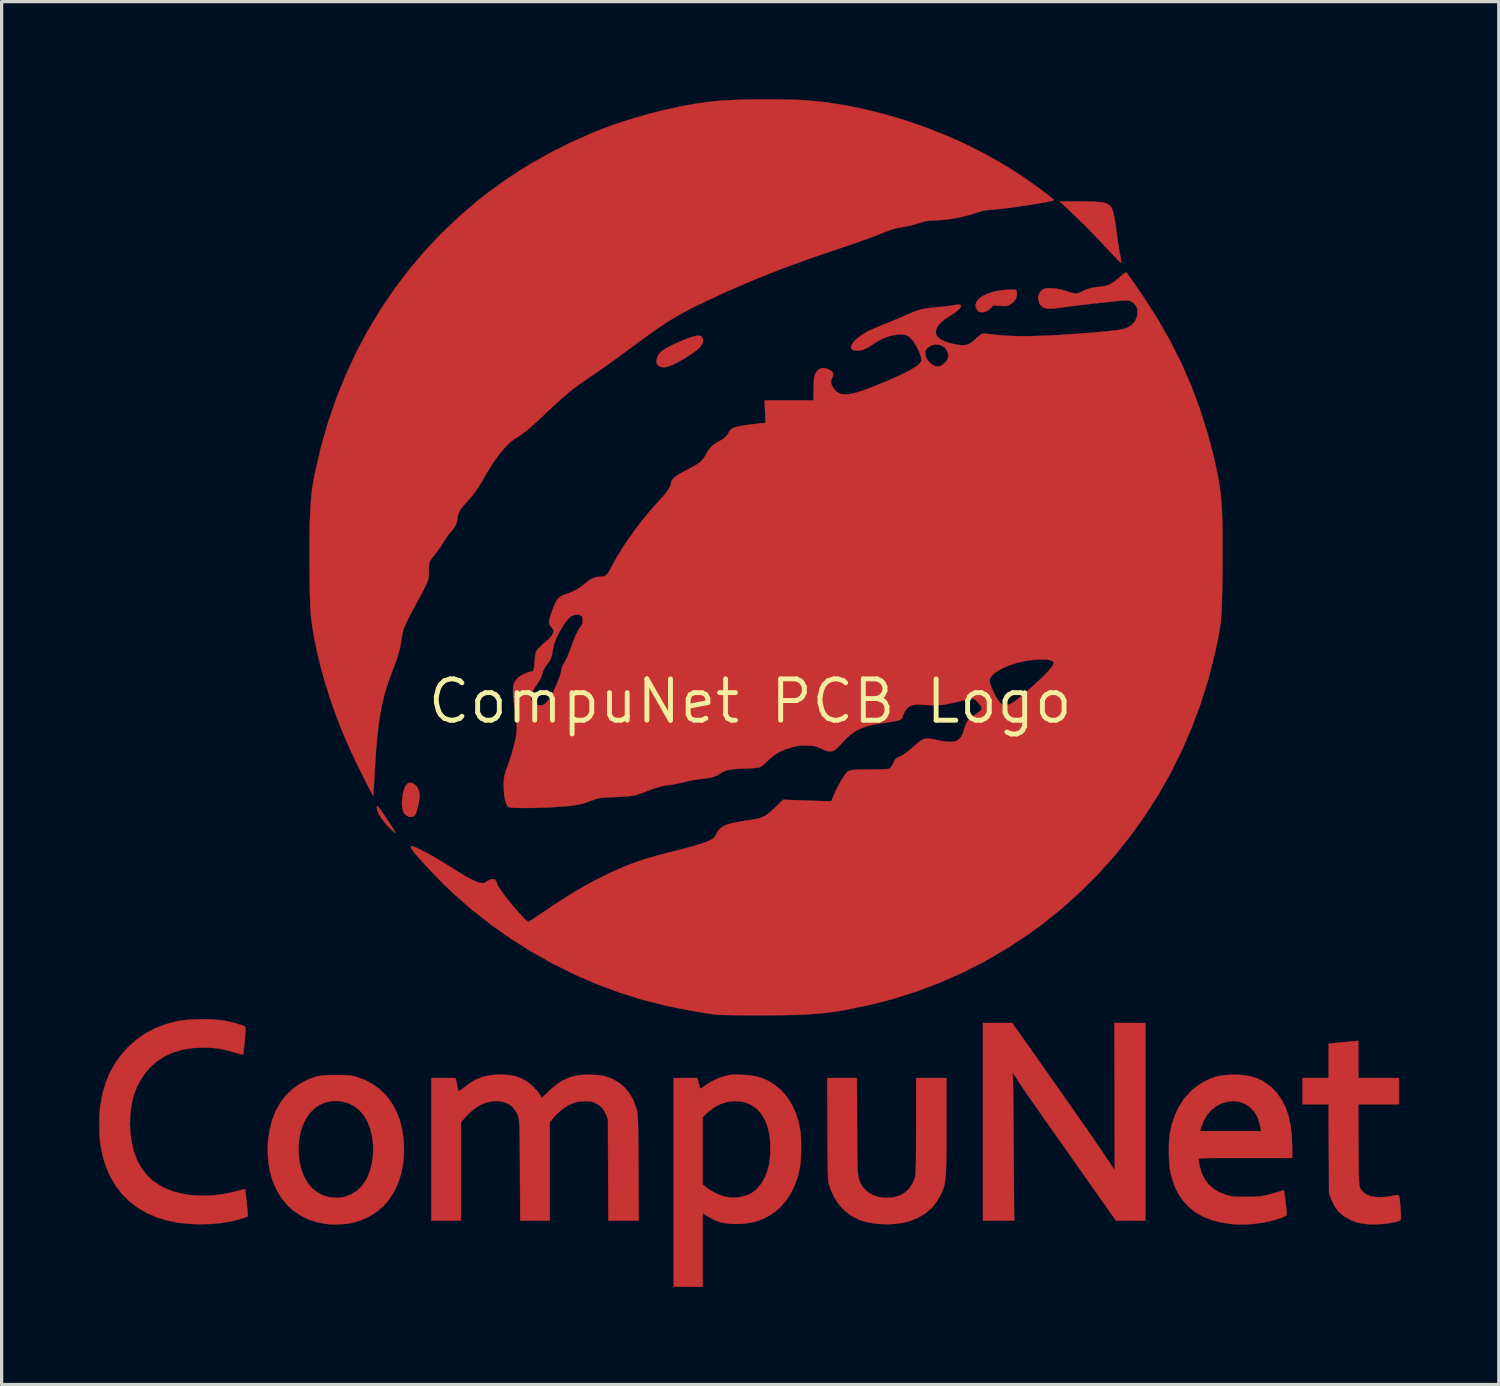
<source format=kicad_pcb>
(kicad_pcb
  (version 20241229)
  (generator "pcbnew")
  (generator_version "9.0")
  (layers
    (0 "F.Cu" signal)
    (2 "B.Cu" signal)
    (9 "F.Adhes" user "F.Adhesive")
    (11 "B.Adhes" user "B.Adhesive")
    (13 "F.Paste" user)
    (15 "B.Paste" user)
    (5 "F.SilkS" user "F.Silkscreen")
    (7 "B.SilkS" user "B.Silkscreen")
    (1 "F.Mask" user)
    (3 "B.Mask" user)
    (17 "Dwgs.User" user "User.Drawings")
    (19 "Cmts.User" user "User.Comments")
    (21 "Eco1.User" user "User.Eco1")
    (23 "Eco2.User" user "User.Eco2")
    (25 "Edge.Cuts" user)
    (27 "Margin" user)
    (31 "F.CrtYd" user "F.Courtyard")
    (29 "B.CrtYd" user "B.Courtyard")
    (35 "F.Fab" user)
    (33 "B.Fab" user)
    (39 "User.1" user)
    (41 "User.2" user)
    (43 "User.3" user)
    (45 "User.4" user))
  (footprint "CompuNet PCB Logo"
    (layer "F.Cu")
    (at 20.006 18.505)
    (property "Reference" "CompuNet PCB Logo" (at 0 0 0) (layer "F.SilkS") (effects (font (size 1.27 1.27) (thickness 0.15))))
    (attr through_hole)
    (fp_poly (pts (xy -11.446 3.224) (xy -11.421 3.253) (xy -11.382 3.304) (xy -11.328 3.381) (xy -11.256 3.486) (xy -11.163 3.622) (xy -11.142 3.654) (xy -11.068 3.764) (xy -11.004 3.863) (xy -10.953 3.946) (xy -10.919 4.006) (xy -10.904 4.038) (xy -10.904 4.042) (xy -10.921 4.037) (xy -10.96 4.007) (xy -11.017 3.956) (xy -11.083 3.891) (xy -11.221 3.738) (xy -11.331 3.596) (xy -11.411 3.468) (xy -11.458 3.356) (xy -11.472 3.276) (xy -11.472 3.244) (xy -11.469 3.223) (xy -11.462 3.215) (xy -11.446 3.224)) (stroke (width 0.01) (type solid)) (fill yes) (layer "F.Cu"))
    (fp_poly (pts (xy -10.363 2.518) (xy -10.288 2.572) (xy -10.226 2.652) (xy -10.181 2.751) (xy -10.161 2.86) (xy -10.16 2.882) (xy -10.165 2.957) (xy -10.179 3.055) (xy -10.199 3.165) (xy -10.222 3.273) (xy -10.247 3.367) (xy -10.27 3.436) (xy -10.276 3.45) (xy -10.332 3.521) (xy -10.403 3.553) (xy -10.487 3.546) (xy -10.558 3.513) (xy -10.613 3.466) (xy -10.653 3.408) (xy -10.656 3.402) (xy -10.687 3.289) (xy -10.7 3.154) (xy -10.696 3.009) (xy -10.677 2.863) (xy -10.644 2.728) (xy -10.599 2.613) (xy -10.547 2.535) (xy -10.5 2.507) (xy -10.444 2.498) (xy -10.363 2.518)) (stroke (width 0.01) (type solid)) (fill yes) (layer "F.Cu"))
    (fp_poly (pts (xy -1.524 -11.228) (xy -1.496 -11.209) (xy -1.452 -11.139) (xy -1.448 -11.059) (xy -1.481 -10.971) (xy -1.553 -10.877) (xy -1.66 -10.781) (xy -1.704 -10.748) (xy -1.894 -10.619) (xy -2.075 -10.506) (xy -2.243 -10.413) (xy -2.394 -10.34) (xy -2.523 -10.292) (xy -2.627 -10.269) (xy -2.656 -10.267) (xy -2.723 -10.276) (xy -2.786 -10.296) (xy -2.84 -10.329) (xy -2.869 -10.376) (xy -2.878 -10.45) (xy -2.879 -10.469) (xy -2.86 -10.569) (xy -2.808 -10.668) (xy -2.732 -10.754) (xy -2.708 -10.772) (xy -2.616 -10.832) (xy -2.498 -10.897) (xy -2.361 -10.966) (xy -2.215 -11.033) (xy -2.067 -11.097) (xy -1.925 -11.152) (xy -1.799 -11.196) (xy -1.695 -11.224) (xy -1.644 -11.233) (xy -1.57 -11.237) (xy -1.524 -11.228)) (stroke (width 0.01) (type solid)) (fill yes) (layer "F.Cu"))
    (fp_poly (pts (xy 8.104 -12.652) (xy 8.157 -12.645) (xy 8.168 -12.64) (xy 8.188 -12.604) (xy 8.196 -12.542) (xy 8.192 -12.469) (xy 8.176 -12.399) (xy 8.164 -12.369) (xy 8.089 -12.271) (xy 7.978 -12.191) (xy 7.96 -12.181) (xy 7.918 -12.164) (xy 7.871 -12.154) (xy 7.807 -12.152) (xy 7.716 -12.156) (xy 7.678 -12.159) (xy 7.47 -12.173) (xy 7.402 -12.096) (xy 7.319 -12.017) (xy 7.234 -11.974) (xy 7.135 -11.959) (xy 7.125 -11.959) (xy 7.058 -11.965) (xy 7.014 -11.986) (xy 6.986 -12.016) (xy 6.937 -12.105) (xy 6.928 -12.195) (xy 6.958 -12.283) (xy 7.025 -12.367) (xy 7.127 -12.445) (xy 7.262 -12.514) (xy 7.428 -12.574) (xy 7.502 -12.594) (xy 7.59 -12.612) (xy 7.696 -12.628) (xy 7.809 -12.641) (xy 7.92 -12.649) (xy 8.022 -12.653) (xy 8.104 -12.652)) (stroke (width 0.01) (type solid)) (fill yes) (layer "F.Cu"))
    (fp_poly (pts (xy 10.033 -15.365) (xy 10.258 -15.364) (xy 10.445 -15.36) (xy 10.597 -15.355) (xy 10.72 -15.346) (xy 10.818 -15.335) (xy 10.893 -15.32) (xy 10.952 -15.301) (xy 10.978 -15.289) (xy 11.025 -15.26) (xy 11.065 -15.225) (xy 11.1 -15.178) (xy 11.129 -15.116) (xy 11.156 -15.033) (xy 11.181 -14.926) (xy 11.206 -14.79) (xy 11.232 -14.621) (xy 11.261 -14.415) (xy 11.261 -14.415) (xy 11.281 -14.265) (xy 11.302 -14.118) (xy 11.323 -13.984) (xy 11.341 -13.871) (xy 11.355 -13.787) (xy 11.358 -13.769) (xy 11.381 -13.655) (xy 11.396 -13.576) (xy 11.404 -13.526) (xy 11.406 -13.498) (xy 11.403 -13.486) (xy 11.395 -13.483) (xy 11.392 -13.483) (xy 11.372 -13.498) (xy 11.328 -13.54) (xy 11.263 -13.605) (xy 11.182 -13.688) (xy 11.09 -13.786) (xy 11.011 -13.869) (xy 10.818 -14.077) (xy 10.646 -14.259) (xy 10.486 -14.424) (xy 10.334 -14.579) (xy 10.18 -14.731) (xy 10.019 -14.887) (xy 9.864 -15.035) (xy 9.514 -15.366) (xy 10.033 -15.365)) (stroke (width 0.01) (type solid)) (fill yes) (layer "F.Cu"))
    (fp_poly (pts (xy 12.15 15.96) (xy 11.244 15.96) (xy 10.039 14.25) (xy 9.802 13.914) (xy 9.587 13.61) (xy 9.395 13.336) (xy 9.222 13.091) (xy 9.068 12.872) (xy 8.931 12.676) (xy 8.81 12.503) (xy 8.703 12.349) (xy 8.609 12.213) (xy 8.525 12.093) (xy 8.452 11.986) (xy 8.387 11.891) (xy 8.329 11.805) (xy 8.276 11.726) (xy 8.227 11.652) (xy 8.21 11.625) (xy 8.061 11.398) (xy 8.073 11.536) (xy 8.075 11.576) (xy 8.077 11.656) (xy 8.079 11.771) (xy 8.081 11.92) (xy 8.084 12.099) (xy 8.086 12.305) (xy 8.088 12.535) (xy 8.091 12.786) (xy 8.093 13.054) (xy 8.096 13.338) (xy 8.098 13.633) (xy 8.099 13.817) (xy 8.113 15.96) (xy 7.154 15.96) (xy 7.154 9.885) (xy 7.604 9.886) (xy 8.054 9.887) (xy 9.218 11.539) (xy 9.396 11.792) (xy 9.574 12.046) (xy 9.751 12.298) (xy 9.923 12.545) (xy 10.089 12.782) (xy 10.245 13.006) (xy 10.389 13.214) (xy 10.519 13.401) (xy 10.632 13.565) (xy 10.725 13.701) (xy 10.789 13.796) (xy 10.885 13.937) (xy 10.973 14.068) (xy 11.051 14.183) (xy 11.115 14.278) (xy 11.163 14.349) (xy 11.193 14.393) (xy 11.202 14.405) (xy 11.203 14.385) (xy 11.203 14.326) (xy 11.204 14.229) (xy 11.204 14.099) (xy 11.204 13.937) (xy 11.204 13.746) (xy 11.204 13.53) (xy 11.203 13.29) (xy 11.203 13.03) (xy 11.202 12.752) (xy 11.201 12.459) (xy 11.201 12.153) (xy 11.201 12.148) (xy 11.193 9.885) (xy 12.15 9.885) (xy 12.15 15.96)) (stroke (width 0.01) (type solid)) (fill yes) (layer "F.Cu"))
    (fp_poly (pts (xy 18.69 11.578) (xy 19.939 11.578) (xy 19.939 12.383) (xy 18.688 12.383) (xy 18.694 13.615) (xy 18.696 13.884) (xy 18.697 14.115) (xy 18.699 14.309) (xy 18.701 14.472) (xy 18.705 14.605) (xy 18.709 14.714) (xy 18.716 14.801) (xy 18.724 14.869) (xy 18.735 14.922) (xy 18.749 14.963) (xy 18.766 14.997) (xy 18.786 15.025) (xy 18.81 15.052) (xy 18.839 15.081) (xy 18.844 15.087) (xy 18.938 15.156) (xy 19.065 15.206) (xy 19.217 15.235) (xy 19.39 15.242) (xy 19.576 15.227) (xy 19.702 15.205) (xy 19.801 15.183) (xy 19.869 15.172) (xy 19.914 15.175) (xy 19.94 15.198) (xy 19.955 15.248) (xy 19.964 15.329) (xy 19.974 15.441) (xy 19.984 15.557) (xy 19.992 15.668) (xy 19.998 15.763) (xy 20.001 15.828) (xy 20.001 15.828) (xy 20 15.895) (xy 19.991 15.932) (xy 19.967 15.954) (xy 19.933 15.97) (xy 19.831 16.002) (xy 19.698 16.029) (xy 19.543 16.051) (xy 19.376 16.066) (xy 19.208 16.073) (xy 19.049 16.071) (xy 18.955 16.065) (xy 18.794 16.045) (xy 18.658 16.016) (xy 18.529 15.972) (xy 18.422 15.925) (xy 18.237 15.816) (xy 18.082 15.677) (xy 17.957 15.507) (xy 17.862 15.308) (xy 17.847 15.266) (xy 17.791 15.102) (xy 17.784 13.742) (xy 17.778 12.383) (xy 16.976 12.383) (xy 16.976 11.578) (xy 17.78 11.578) (xy 17.78 10.524) (xy 17.881 10.512) (xy 17.943 10.505) (xy 18.034 10.496) (xy 18.141 10.486) (xy 18.235 10.477) (xy 18.346 10.468) (xy 18.451 10.458) (xy 18.539 10.449) (xy 18.59 10.443) (xy 18.69 10.431) (xy 18.69 11.578)) (stroke (width 0.01) (type solid)) (fill yes) (layer "F.Cu"))
    (fp_poly (pts (xy 3.287 13.055) (xy 3.288 13.348) (xy 3.29 13.603) (xy 3.291 13.822) (xy 3.294 14.008) (xy 3.296 14.165) (xy 3.3 14.296) (xy 3.304 14.404) (xy 3.31 14.492) (xy 3.317 14.563) (xy 3.326 14.622) (xy 3.337 14.671) (xy 3.349 14.713) (xy 3.364 14.751) (xy 3.382 14.789) (xy 3.4 14.828) (xy 3.492 14.969) (xy 3.615 15.084) (xy 3.763 15.173) (xy 3.933 15.232) (xy 4.12 15.26) (xy 4.319 15.255) (xy 4.425 15.24) (xy 4.602 15.186) (xy 4.757 15.098) (xy 4.887 14.978) (xy 4.988 14.829) (xy 5.058 14.655) (xy 5.08 14.565) (xy 5.084 14.52) (xy 5.088 14.434) (xy 5.092 14.31) (xy 5.095 14.15) (xy 5.097 13.957) (xy 5.099 13.732) (xy 5.1 13.477) (xy 5.101 13.194) (xy 5.101 13.015) (xy 5.101 11.578) (xy 6.032 11.578) (xy 6.032 12.991) (xy 6.032 13.312) (xy 6.031 13.594) (xy 6.03 13.84) (xy 6.027 14.053) (xy 6.023 14.237) (xy 6.017 14.395) (xy 6.01 14.53) (xy 6 14.645) (xy 5.988 14.744) (xy 5.973 14.83) (xy 5.955 14.906) (xy 5.934 14.976) (xy 5.91 15.042) (xy 5.882 15.108) (xy 5.855 15.166) (xy 5.728 15.385) (xy 5.571 15.575) (xy 5.383 15.737) (xy 5.166 15.868) (xy 4.949 15.959) (xy 4.727 16.02) (xy 4.491 16.057) (xy 4.234 16.071) (xy 3.969 16.063) (xy 3.788 16.043) (xy 3.604 16.008) (xy 3.433 15.962) (xy 3.315 15.918) (xy 3.098 15.803) (xy 2.904 15.653) (xy 2.735 15.471) (xy 2.594 15.261) (xy 2.482 15.025) (xy 2.419 14.833) (xy 2.413 14.804) (xy 2.407 14.769) (xy 2.401 14.725) (xy 2.397 14.669) (xy 2.393 14.598) (xy 2.39 14.509) (xy 2.387 14.399) (xy 2.385 14.264) (xy 2.383 14.103) (xy 2.381 13.911) (xy 2.379 13.686) (xy 2.378 13.424) (xy 2.376 13.139) (xy 2.369 11.578) (xy 3.279 11.578) (xy 3.287 13.055)) (stroke (width 0.01) (type solid)) (fill yes) (layer "F.Cu"))
    (fp_poly (pts (xy -0.343 11.475) (xy -0.266 11.478) (xy -0.039 11.492) (xy 0.157 11.523) (xy 0.333 11.57) (xy 0.499 11.637) (xy 0.536 11.655) (xy 0.76 11.791) (xy 0.959 11.96) (xy 1.133 12.161) (xy 1.28 12.391) (xy 1.399 12.648) (xy 1.488 12.93) (xy 1.544 13.218) (xy 1.556 13.338) (xy 1.563 13.489) (xy 1.566 13.657) (xy 1.564 13.831) (xy 1.559 14) (xy 1.549 14.151) (xy 1.536 14.274) (xy 1.534 14.287) (xy 1.469 14.583) (xy 1.373 14.861) (xy 1.25 15.116) (xy 1.101 15.345) (xy 0.928 15.543) (xy 0.823 15.639) (xy 0.608 15.794) (xy 0.384 15.913) (xy 0.145 15.995) (xy -0.115 16.044) (xy -0.315 16.06) (xy -0.547 16.061) (xy -0.75 16.042) (xy -0.932 16.002) (xy -1.103 15.938) (xy -1.272 15.848) (xy -1.318 15.819) (xy -1.46 15.728) (xy -1.46 17.992) (xy -2.349 17.992) (xy -2.349 12.779) (xy -1.46 12.779) (xy -1.46 14.848) (xy -1.349 14.939) (xy -1.233 15.021) (xy -1.095 15.1) (xy -0.949 15.167) (xy -0.812 15.216) (xy -0.762 15.228) (xy -0.574 15.256) (xy -0.396 15.251) (xy -0.222 15.219) (xy -0.072 15.172) (xy 0.051 15.11) (xy 0.163 15.027) (xy 0.208 14.985) (xy 0.335 14.835) (xy 0.442 14.654) (xy 0.526 14.449) (xy 0.583 14.227) (xy 0.593 14.171) (xy 0.606 14.055) (xy 0.614 13.914) (xy 0.617 13.76) (xy 0.616 13.605) (xy 0.609 13.464) (xy 0.599 13.347) (xy 0.593 13.313) (xy 0.535 13.067) (xy 0.45 12.853) (xy 0.341 12.672) (xy 0.207 12.525) (xy 0.049 12.412) (xy -0.132 12.333) (xy -0.286 12.297) (xy -0.496 12.285) (xy -0.707 12.312) (xy -0.914 12.377) (xy -1.11 12.479) (xy -1.289 12.615) (xy -1.325 12.649) (xy -1.46 12.779) (xy -2.349 12.779) (xy -2.349 11.578) (xy -1.631 11.578) (xy -1.585 11.732) (xy -1.562 11.807) (xy -1.543 11.866) (xy -1.532 11.898) (xy -1.531 11.9) (xy -1.512 11.895) (xy -1.468 11.869) (xy -1.407 11.827) (xy -1.386 11.811) (xy -1.191 11.685) (xy -0.971 11.582) (xy -0.76 11.513) (xy -0.684 11.495) (xy -0.615 11.483) (xy -0.543 11.476) (xy -0.456 11.474) (xy -0.343 11.475)) (stroke (width 0.01) (type solid)) (fill yes) (layer "F.Cu"))
    (fp_poly (pts (xy -12.58 11.486) (xy -12.463 11.488) (xy -12.372 11.492) (xy -12.298 11.498) (xy -12.235 11.509) (xy -12.173 11.523) (xy -12.139 11.532) (xy -11.863 11.629) (xy -11.612 11.759) (xy -11.387 11.921) (xy -11.19 12.113) (xy -11.021 12.335) (xy -10.882 12.584) (xy -10.773 12.859) (xy -10.696 13.16) (xy -10.652 13.484) (xy -10.648 13.526) (xy -10.641 13.867) (xy -10.667 14.192) (xy -10.724 14.498) (xy -10.813 14.783) (xy -10.931 15.045) (xy -11.078 15.282) (xy -11.253 15.491) (xy -11.455 15.67) (xy -11.683 15.818) (xy -11.725 15.841) (xy -11.976 15.952) (xy -12.218 16.024) (xy -12.308 16.042) (xy -12.478 16.063) (xy -12.665 16.073) (xy -12.849 16.074) (xy -12.991 16.065) (xy -13.285 16.015) (xy -13.559 15.929) (xy -13.81 15.808) (xy -14.038 15.654) (xy -14.24 15.467) (xy -14.415 15.25) (xy -14.561 15.003) (xy -14.678 14.728) (xy -14.753 14.472) (xy -14.795 14.243) (xy -14.82 13.993) (xy -14.827 13.737) (xy -13.882 13.737) (xy -13.877 13.909) (xy -13.846 14.174) (xy -13.787 14.415) (xy -13.701 14.629) (xy -13.59 14.816) (xy -13.455 14.972) (xy -13.299 15.096) (xy -13.123 15.187) (xy -12.928 15.241) (xy -12.732 15.259) (xy -12.628 15.253) (xy -12.516 15.237) (xy -12.444 15.222) (xy -12.255 15.152) (xy -12.086 15.044) (xy -11.939 14.902) (xy -11.815 14.726) (xy -11.769 14.641) (xy -11.674 14.4) (xy -11.612 14.139) (xy -11.584 13.864) (xy -11.587 13.631) (xy -11.621 13.358) (xy -11.683 13.113) (xy -11.771 12.896) (xy -11.883 12.71) (xy -12.021 12.555) (xy -12.181 12.433) (xy -12.363 12.346) (xy -12.566 12.294) (xy -12.651 12.284) (xy -12.859 12.285) (xy -13.053 12.325) (xy -13.231 12.401) (xy -13.391 12.51) (xy -13.532 12.65) (xy -13.651 12.819) (xy -13.748 13.015) (xy -13.82 13.234) (xy -13.865 13.476) (xy -13.882 13.737) (xy -14.827 13.737) (xy -14.827 13.736) (xy -14.817 13.515) (xy -14.771 13.184) (xy -14.694 12.879) (xy -14.586 12.6) (xy -14.447 12.348) (xy -14.279 12.124) (xy -14.082 11.93) (xy -13.857 11.767) (xy -13.685 11.672) (xy -13.556 11.612) (xy -13.441 11.566) (xy -13.331 11.532) (xy -13.218 11.509) (xy -13.09 11.495) (xy -12.941 11.487) (xy -12.759 11.485) (xy -12.732 11.485) (xy -12.58 11.486)) (stroke (width 0.01) (type solid)) (fill yes) (layer "F.Cu"))
    (fp_poly (pts (xy -7.428 11.484) (xy -7.221 11.522) (xy -7.036 11.588) (xy -6.865 11.684) (xy -6.703 11.813) (xy -6.693 11.823) (xy -6.617 11.899) (xy -6.544 11.981) (xy -6.487 12.056) (xy -6.477 12.07) (xy -6.403 12.186) (xy -6.19 11.982) (xy -6.015 11.828) (xy -5.849 11.707) (xy -5.681 11.615) (xy -5.503 11.546) (xy -5.327 11.501) (xy -5.22 11.486) (xy -5.085 11.478) (xy -4.934 11.477) (xy -4.78 11.483) (xy -4.636 11.494) (xy -4.513 11.512) (xy -4.456 11.525) (xy -4.228 11.609) (xy -4.027 11.725) (xy -3.853 11.874) (xy -3.707 12.054) (xy -3.589 12.265) (xy -3.5 12.507) (xy -3.476 12.594) (xy -3.47 12.625) (xy -3.464 12.664) (xy -3.459 12.714) (xy -3.455 12.778) (xy -3.451 12.858) (xy -3.448 12.958) (xy -3.445 13.082) (xy -3.443 13.23) (xy -3.441 13.408) (xy -3.439 13.617) (xy -3.437 13.86) (xy -3.436 14.141) (xy -3.435 14.346) (xy -3.427 15.96) (xy -4.359 15.96) (xy -4.365 14.399) (xy -4.371 12.838) (xy -4.418 12.72) (xy -4.484 12.585) (xy -4.56 12.482) (xy -4.655 12.403) (xy -4.736 12.357) (xy -4.807 12.324) (xy -4.864 12.304) (xy -4.924 12.293) (xy -4.999 12.289) (xy -5.079 12.289) (xy -5.209 12.294) (xy -5.314 12.309) (xy -5.412 12.336) (xy -5.419 12.338) (xy -5.597 12.418) (xy -5.774 12.535) (xy -5.942 12.682) (xy -6.078 12.834) (xy -6.16 12.937) (xy -6.16 15.96) (xy -7.067 15.96) (xy -7.075 14.441) (xy -7.076 14.137) (xy -7.078 13.873) (xy -7.08 13.644) (xy -7.082 13.449) (xy -7.085 13.284) (xy -7.089 13.145) (xy -7.094 13.03) (xy -7.101 12.935) (xy -7.109 12.859) (xy -7.119 12.796) (xy -7.132 12.745) (xy -7.146 12.701) (xy -7.164 12.663) (xy -7.184 12.627) (xy -7.207 12.59) (xy -7.22 12.57) (xy -7.312 12.455) (xy -7.422 12.372) (xy -7.558 12.317) (xy -7.724 12.287) (xy -7.733 12.286) (xy -7.923 12.288) (xy -8.115 12.33) (xy -8.305 12.411) (xy -8.489 12.529) (xy -8.664 12.682) (xy -8.766 12.794) (xy -8.89 12.941) (xy -8.89 15.96) (xy -9.8 15.96) (xy -9.8 11.578) (xy -9.061 11.578) (xy -9.04 11.658) (xy -9.022 11.728) (xy -9.003 11.812) (xy -8.996 11.843) (xy -8.981 11.909) (xy -8.968 11.96) (xy -8.964 11.976) (xy -8.944 11.978) (xy -8.896 11.95) (xy -8.823 11.892) (xy -8.822 11.891) (xy -8.625 11.741) (xy -8.43 11.627) (xy -8.229 11.547) (xy -8.013 11.497) (xy -7.773 11.474) (xy -7.664 11.472) (xy -7.428 11.484)) (stroke (width 0.01) (type solid)) (fill yes) (layer "F.Cu"))
    (fp_poly (pts (xy -16.707 9.772) (xy -16.489 9.781) (xy -16.289 9.798) (xy -16.149 9.818) (xy -16.039 9.84) (xy -15.921 9.868) (xy -15.804 9.899) (xy -15.696 9.932) (xy -15.605 9.962) (xy -15.541 9.989) (xy -15.513 10.006) (xy -15.51 10.03) (xy -15.511 10.089) (xy -15.516 10.175) (xy -15.523 10.278) (xy -15.533 10.392) (xy -15.543 10.509) (xy -15.554 10.62) (xy -15.565 10.718) (xy -15.576 10.795) (xy -15.584 10.843) (xy -15.589 10.854) (xy -15.611 10.852) (xy -15.667 10.84) (xy -15.747 10.819) (xy -15.843 10.791) (xy -15.859 10.787) (xy -16.065 10.729) (xy -16.247 10.688) (xy -16.42 10.661) (xy -16.598 10.646) (xy -16.795 10.64) (xy -16.817 10.64) (xy -17.149 10.656) (xy -17.457 10.707) (xy -17.741 10.792) (xy -18.001 10.911) (xy -18.236 11.064) (xy -18.446 11.251) (xy -18.629 11.47) (xy -18.786 11.723) (xy -18.867 11.891) (xy -18.955 12.134) (xy -19.017 12.402) (xy -19.053 12.687) (xy -19.064 12.98) (xy -19.049 13.274) (xy -19.01 13.559) (xy -18.945 13.829) (xy -18.855 14.074) (xy -18.83 14.128) (xy -18.697 14.363) (xy -18.541 14.563) (xy -18.359 14.734) (xy -18.147 14.879) (xy -18.023 14.945) (xy -17.763 15.053) (xy -17.477 15.131) (xy -17.17 15.178) (xy -16.846 15.196) (xy -16.511 15.184) (xy -16.168 15.141) (xy -15.823 15.067) (xy -15.677 15.027) (xy -15.604 15.007) (xy -15.549 14.995) (xy -15.522 14.993) (xy -15.522 14.994) (xy -15.517 15.016) (xy -15.51 15.073) (xy -15.501 15.156) (xy -15.49 15.258) (xy -15.479 15.37) (xy -15.468 15.485) (xy -15.458 15.595) (xy -15.449 15.692) (xy -15.443 15.768) (xy -15.441 15.816) (xy -15.441 15.827) (xy -15.466 15.841) (xy -15.523 15.862) (xy -15.602 15.888) (xy -15.694 15.915) (xy -15.79 15.943) (xy -15.882 15.966) (xy -15.948 15.982) (xy -16.262 16.034) (xy -16.592 16.064) (xy -16.944 16.07) (xy -17.167 16.063) (xy -17.55 16.027) (xy -17.91 15.957) (xy -18.244 15.855) (xy -18.552 15.72) (xy -18.834 15.554) (xy -19.088 15.357) (xy -19.313 15.131) (xy -19.508 14.875) (xy -19.673 14.592) (xy -19.806 14.281) (xy -19.907 13.944) (xy -19.97 13.61) (xy -19.985 13.468) (xy -19.995 13.296) (xy -20 13.107) (xy -20.001 12.912) (xy -19.996 12.723) (xy -19.986 12.552) (xy -19.971 12.411) (xy -19.971 12.41) (xy -19.9 12.039) (xy -19.798 11.696) (xy -19.662 11.378) (xy -19.493 11.084) (xy -19.289 10.812) (xy -19.116 10.625) (xy -18.858 10.396) (xy -18.581 10.204) (xy -18.283 10.046) (xy -17.962 9.924) (xy -17.615 9.834) (xy -17.534 9.818) (xy -17.359 9.794) (xy -17.155 9.779) (xy -16.934 9.771) (xy -16.707 9.772)) (stroke (width 0.01) (type solid)) (fill yes) (layer "F.Cu"))
    (fp_poly (pts (xy 15.058 11.48) (xy 15.303 11.509) (xy 15.525 11.567) (xy 15.726 11.655) (xy 15.911 11.775) (xy 16.048 11.891) (xy 16.212 12.069) (xy 16.349 12.271) (xy 16.46 12.497) (xy 16.546 12.75) (xy 16.607 13.033) (xy 16.644 13.347) (xy 16.658 13.695) (xy 16.658 13.736) (xy 16.658 14.034) (xy 15.219 14.034) (xy 14.937 14.034) (xy 14.695 14.034) (xy 14.489 14.034) (xy 14.317 14.034) (xy 14.175 14.035) (xy 14.06 14.037) (xy 13.97 14.039) (xy 13.902 14.041) (xy 13.852 14.044) (xy 13.818 14.049) (xy 13.797 14.053) (xy 13.785 14.059) (xy 13.781 14.066) (xy 13.78 14.075) (xy 13.78 14.077) (xy 13.784 14.118) (xy 13.795 14.187) (xy 13.81 14.269) (xy 13.812 14.278) (xy 13.876 14.5) (xy 13.971 14.693) (xy 14.097 14.857) (xy 14.255 14.993) (xy 14.444 15.102) (xy 14.658 15.181) (xy 14.723 15.198) (xy 14.784 15.211) (xy 14.85 15.22) (xy 14.929 15.225) (xy 15.03 15.228) (xy 15.16 15.229) (xy 15.229 15.229) (xy 15.416 15.228) (xy 15.571 15.221) (xy 15.708 15.207) (xy 15.836 15.186) (xy 15.969 15.154) (xy 16.118 15.111) (xy 16.184 15.09) (xy 16.269 15.063) (xy 16.34 15.043) (xy 16.386 15.03) (xy 16.397 15.028) (xy 16.404 15.048) (xy 16.415 15.102) (xy 16.427 15.181) (xy 16.441 15.279) (xy 16.455 15.386) (xy 16.467 15.495) (xy 16.478 15.597) (xy 16.486 15.684) (xy 16.489 15.749) (xy 16.489 15.762) (xy 16.482 15.788) (xy 16.456 15.812) (xy 16.405 15.839) (xy 16.325 15.872) (xy 16.071 15.954) (xy 15.79 16.016) (xy 15.495 16.058) (xy 15.197 16.077) (xy 14.908 16.073) (xy 14.817 16.065) (xy 14.487 16.018) (xy 14.188 15.941) (xy 13.919 15.835) (xy 13.681 15.698) (xy 13.473 15.533) (xy 13.294 15.337) (xy 13.146 15.112) (xy 13.028 14.857) (xy 12.94 14.572) (xy 12.901 14.383) (xy 12.886 14.27) (xy 12.876 14.126) (xy 12.87 13.964) (xy 12.868 13.794) (xy 12.87 13.628) (xy 12.876 13.478) (xy 12.887 13.356) (xy 12.89 13.337) (xy 12.916 13.208) (xy 13.825 13.208) (xy 15.706 13.208) (xy 15.697 13.16) (xy 15.67 13.035) (xy 15.647 12.941) (xy 15.624 12.866) (xy 15.598 12.799) (xy 15.577 12.752) (xy 15.482 12.596) (xy 15.358 12.469) (xy 15.212 12.372) (xy 15.047 12.31) (xy 14.87 12.285) (xy 14.696 12.297) (xy 14.498 12.352) (xy 14.32 12.443) (xy 14.163 12.569) (xy 14.031 12.727) (xy 13.925 12.915) (xy 13.847 13.129) (xy 13.825 13.208) (xy 12.916 13.208) (xy 12.953 13.025) (xy 13.047 12.735) (xy 13.172 12.469) (xy 13.326 12.23) (xy 13.507 12.019) (xy 13.713 11.839) (xy 13.944 11.693) (xy 14.002 11.663) (xy 14.159 11.593) (xy 14.306 11.542) (xy 14.456 11.508) (xy 14.623 11.487) (xy 14.783 11.478) (xy 15.058 11.48)) (stroke (width 0.01) (type solid)) (fill yes) (layer "F.Cu"))
    (fp_poly (pts (xy 0.694 -18.499) (xy 0.893 -18.497) (xy 1.087 -18.494) (xy 1.268 -18.491) (xy 1.428 -18.486) (xy 1.559 -18.481) (xy 1.63 -18.478) (xy 2.239 -18.422) (xy 2.862 -18.33) (xy 3.495 -18.203) (xy 4.133 -18.044) (xy 4.771 -17.854) (xy 5.405 -17.635) (xy 6.028 -17.388) (xy 6.638 -17.115) (xy 7.228 -16.817) (xy 7.793 -16.497) (xy 8.202 -16.24) (xy 8.415 -16.098) (xy 8.634 -15.945) (xy 8.851 -15.789) (xy 9.055 -15.636) (xy 9.238 -15.493) (xy 9.333 -15.417) (xy 9.336 -15.406) (xy 9.319 -15.395) (xy 9.277 -15.382) (xy 9.205 -15.365) (xy 9.099 -15.345) (xy 8.97 -15.322) (xy 8.734 -15.281) (xy 8.492 -15.243) (xy 8.25 -15.207) (xy 8.017 -15.175) (xy 7.802 -15.148) (xy 7.612 -15.127) (xy 7.468 -15.114) (xy 7.285 -15.097) (xy 7.143 -15.073) (xy 7.055 -15.049) (xy 6.768 -14.957) (xy 6.471 -14.883) (xy 6.176 -14.828) (xy 5.895 -14.794) (xy 5.726 -14.785) (xy 5.596 -14.781) (xy 5.495 -14.773) (xy 5.411 -14.76) (xy 5.33 -14.74) (xy 5.281 -14.725) (xy 5.127 -14.679) (xy 4.972 -14.637) (xy 4.827 -14.603) (xy 4.706 -14.579) (xy 4.667 -14.573) (xy 4.507 -14.543) (xy 4.329 -14.493) (xy 4.126 -14.421) (xy 3.95 -14.348) (xy 3.868 -14.315) (xy 3.751 -14.27) (xy 3.605 -14.217) (xy 3.435 -14.156) (xy 3.248 -14.09) (xy 3.049 -14.022) (xy 2.843 -13.952) (xy 2.678 -13.896) (xy 2.114 -13.706) (xy 1.585 -13.52) (xy 1.083 -13.337) (xy 0.602 -13.152) (xy 0.135 -12.963) (xy -0.325 -12.768) (xy -0.786 -12.564) (xy -1.254 -12.348) (xy -1.296 -12.328) (xy -1.54 -12.212) (xy -1.761 -12.103) (xy -1.964 -11.998) (xy -2.155 -11.894) (xy -2.339 -11.787) (xy -2.524 -11.673) (xy -2.713 -11.55) (xy -2.914 -11.413) (xy -3.131 -11.259) (xy -3.371 -11.085) (xy -3.577 -10.933) (xy -3.846 -10.734) (xy -4.086 -10.558) (xy -4.302 -10.402) (xy -4.498 -10.262) (xy -4.678 -10.136) (xy -4.847 -10.02) (xy -4.985 -9.927) (xy -5.143 -9.82) (xy -5.29 -9.715) (xy -5.432 -9.607) (xy -5.575 -9.493) (xy -5.724 -9.367) (xy -5.885 -9.225) (xy -6.063 -9.062) (xy -6.263 -8.874) (xy -6.304 -8.835) (xy -6.474 -8.675) (xy -6.619 -8.541) (xy -6.743 -8.43) (xy -6.851 -8.339) (xy -6.947 -8.263) (xy -7.036 -8.198) (xy -7.121 -8.142) (xy -7.144 -8.128) (xy -7.246 -8.063) (xy -7.331 -8.001) (xy -7.409 -7.933) (xy -7.493 -7.849) (xy -7.583 -7.75) (xy -7.738 -7.56) (xy -7.897 -7.337) (xy -8.056 -7.087) (xy -8.169 -6.89) (xy -8.292 -6.678) (xy -8.411 -6.496) (xy -8.533 -6.332) (xy -8.666 -6.176) (xy -8.711 -6.128) (xy -8.812 -6.016) (xy -8.886 -5.924) (xy -8.937 -5.841) (xy -8.97 -5.761) (xy -8.991 -5.674) (xy -8.997 -5.63) (xy -9.012 -5.538) (xy -9.033 -5.462) (xy -9.067 -5.392) (xy -9.118 -5.315) (xy -9.192 -5.222) (xy -9.209 -5.201) (xy -9.282 -5.109) (xy -9.357 -5.003) (xy -9.42 -4.904) (xy -9.427 -4.891) (xy -9.488 -4.793) (xy -9.562 -4.685) (xy -9.633 -4.589) (xy -9.639 -4.583) (xy -9.722 -4.478) (xy -9.783 -4.399) (xy -9.825 -4.337) (xy -9.852 -4.284) (xy -9.866 -4.23) (xy -9.873 -4.169) (xy -9.874 -4.092) (xy -9.875 -4.023) (xy -9.876 -3.915) (xy -9.88 -3.836) (xy -9.889 -3.774) (xy -9.905 -3.716) (xy -9.931 -3.651) (xy -9.945 -3.619) (xy -9.979 -3.547) (xy -10.028 -3.448) (xy -10.088 -3.332) (xy -10.154 -3.209) (xy -10.201 -3.122) (xy -10.328 -2.888) (xy -10.436 -2.683) (xy -10.525 -2.507) (xy -10.593 -2.363) (xy -10.64 -2.252) (xy -10.651 -2.223) (xy -10.67 -2.152) (xy -10.691 -2.055) (xy -10.711 -1.944) (xy -10.722 -1.863) (xy -10.743 -1.736) (xy -10.775 -1.597) (xy -10.818 -1.441) (xy -10.876 -1.263) (xy -10.949 -1.057) (xy -11.039 -0.819) (xy -11.046 -0.799) (xy -11.124 -0.588) (xy -11.193 -0.375) (xy -11.255 -0.156) (xy -11.309 0.072) (xy -11.357 0.314) (xy -11.4 0.574) (xy -11.437 0.856) (xy -11.469 1.165) (xy -11.499 1.503) (xy -11.524 1.876) (xy -11.547 2.264) (xy -11.555 2.422) (xy -11.564 2.566) (xy -11.571 2.69) (xy -11.578 2.79) (xy -11.584 2.859) (xy -11.587 2.893) (xy -11.588 2.896) (xy -11.6 2.88) (xy -11.627 2.831) (xy -11.668 2.754) (xy -11.721 2.653) (xy -11.782 2.534) (xy -11.849 2.4) (xy -11.85 2.399) (xy -11.993 2.111) (xy -12.119 1.853) (xy -12.23 1.619) (xy -12.329 1.403) (xy -12.421 1.197) (xy -12.506 0.996) (xy -12.589 0.793) (xy -12.596 0.777) (xy -12.764 0.334) (xy -12.921 -0.118) (xy -13.063 -0.573) (xy -13.19 -1.024) (xy -13.299 -1.467) (xy -13.389 -1.893) (xy -13.458 -2.297) (xy -13.505 -2.667) (xy -13.511 -2.76) (xy -13.518 -2.89) (xy -13.523 -3.052) (xy -13.528 -3.241) (xy -13.533 -3.452) (xy -13.536 -3.68) (xy -13.539 -3.92) (xy -13.541 -4.166) (xy -13.542 -4.413) (xy -13.542 -4.658) (xy -13.541 -4.893) (xy -13.539 -5.115) (xy -13.536 -5.317) (xy -13.532 -5.496) (xy -13.528 -5.62) (xy -13.518 -5.853) (xy -13.507 -6.053) (xy -13.495 -6.227) (xy -13.48 -6.384) (xy -13.462 -6.533) (xy -13.439 -6.682) (xy -13.411 -6.84) (xy -13.377 -7.008) (xy -13.199 -7.784) (xy -12.983 -8.543) (xy -12.73 -9.283) (xy -12.442 -10.003) (xy -12.117 -10.703) (xy -11.758 -11.38) (xy -11.365 -12.035) (xy -10.938 -12.666) (xy -10.478 -13.272) (xy -9.986 -13.852) (xy -9.462 -14.406) (xy -8.906 -14.932) (xy -8.321 -15.429) (xy -7.927 -15.734) (xy -7.365 -16.13) (xy -6.772 -16.505) (xy -6.152 -16.855) (xy -5.512 -17.176) (xy -4.859 -17.466) (xy -4.413 -17.642) (xy -3.999 -17.789) (xy -3.555 -17.929) (xy -3.096 -18.059) (xy -2.633 -18.176) (xy -2.181 -18.275) (xy -1.958 -18.318) (xy -1.712 -18.36) (xy -1.476 -18.396) (xy -1.244 -18.426) (xy -1.009 -18.45) (xy -0.765 -18.469) (xy -0.506 -18.482) (xy -0.225 -18.492) (xy 0.085 -18.497) (xy 0.429 -18.499) (xy 0.497 -18.5) (xy 0.694 -18.499)) (stroke (width 0.01) (type solid)) (fill yes) (layer "F.Cu"))
    (fp_poly (pts (xy 11.558 -13.178) (xy 11.58 -13.155) (xy 11.613 -13.113) (xy 11.659 -13.051) (xy 11.72 -12.965) (xy 11.798 -12.853) (xy 11.894 -12.713) (xy 12.011 -12.541) (xy 12.098 -12.414) (xy 12.524 -11.749) (xy 12.911 -11.071) (xy 13.257 -10.38) (xy 13.564 -9.675) (xy 13.832 -8.955) (xy 14.061 -8.219) (xy 14.149 -7.895) (xy 14.211 -7.648) (xy 14.267 -7.42) (xy 14.316 -7.208) (xy 14.358 -7.007) (xy 14.394 -6.813) (xy 14.425 -6.621) (xy 14.451 -6.428) (xy 14.472 -6.23) (xy 14.488 -6.022) (xy 14.5 -5.799) (xy 14.509 -5.559) (xy 14.515 -5.296) (xy 14.517 -5.007) (xy 14.518 -4.687) (xy 14.516 -4.332) (xy 14.514 -4.032) (xy 14.511 -3.727) (xy 14.507 -3.459) (xy 14.503 -3.224) (xy 14.497 -3.016) (xy 14.49 -2.832) (xy 14.48 -2.666) (xy 14.468 -2.514) (xy 14.452 -2.37) (xy 14.433 -2.23) (xy 14.41 -2.088) (xy 14.382 -1.941) (xy 14.35 -1.784) (xy 14.311 -1.611) (xy 14.267 -1.417) (xy 14.263 -1.397) (xy 14.068 -0.64) (xy 13.834 0.101) (xy 13.564 0.825) (xy 13.257 1.53) (xy 12.915 2.216) (xy 12.538 2.88) (xy 12.127 3.522) (xy 11.684 4.14) (xy 11.208 4.733) (xy 10.702 5.299) (xy 10.165 5.838) (xy 9.599 6.348) (xy 9.005 6.827) (xy 8.53 7.173) (xy 7.885 7.597) (xy 7.222 7.984) (xy 6.541 8.332) (xy 5.842 8.641) (xy 5.125 8.912) (xy 4.392 9.145) (xy 3.642 9.338) (xy 2.876 9.493) (xy 2.755 9.514) (xy 2.58 9.541) (xy 2.409 9.564) (xy 2.234 9.583) (xy 2.045 9.6) (xy 1.834 9.614) (xy 1.592 9.628) (xy 1.535 9.631) (xy 1.415 9.635) (xy 1.264 9.639) (xy 1.088 9.642) (xy 0.891 9.645) (xy 0.68 9.647) (xy 0.459 9.648) (xy 0.234 9.648) (xy 0.01 9.648) (xy -0.207 9.647) (xy -0.411 9.645) (xy -0.598 9.643) (xy -0.762 9.64) (xy -0.897 9.636) (xy -0.998 9.632) (xy -1.037 9.629) (xy -1.124 9.619) (xy -1.245 9.602) (xy -1.394 9.579) (xy -1.563 9.55) (xy -1.747 9.518) (xy -1.937 9.483) (xy -2.127 9.447) (xy -2.311 9.411) (xy -2.481 9.376) (xy -2.581 9.354) (xy -3.294 9.175) (xy -4.001 8.955) (xy -4.699 8.696) (xy -5.386 8.399) (xy -6.059 8.065) (xy -6.716 7.697) (xy -7.353 7.295) (xy -7.969 6.861) (xy -8.56 6.396) (xy -9.123 5.902) (xy -9.322 5.715) (xy -9.433 5.606) (xy -9.558 5.479) (xy -9.691 5.343) (xy -9.825 5.201) (xy -9.956 5.061) (xy -10.078 4.929) (xy -10.184 4.811) (xy -10.27 4.712) (xy -10.312 4.661) (xy -10.381 4.57) (xy -10.422 4.505) (xy -10.435 4.464) (xy -10.418 4.448) (xy -10.37 4.454) (xy -10.289 4.485) (xy -10.175 4.538) (xy -10.072 4.59) (xy -9.951 4.653) (xy -9.83 4.719) (xy -9.702 4.792) (xy -9.562 4.875) (xy -9.403 4.971) (xy -9.221 5.084) (xy -9.017 5.212) (xy -8.808 5.34) (xy -8.631 5.441) (xy -8.484 5.514) (xy -8.366 5.562) (xy -8.276 5.583) (xy -8.271 5.584) (xy -8.201 5.586) (xy -8.148 5.571) (xy -8.095 5.536) (xy -8.028 5.496) (xy -7.955 5.47) (xy -7.939 5.467) (xy -7.881 5.464) (xy -7.845 5.481) (xy -7.824 5.506) (xy -7.798 5.552) (xy -7.789 5.584) (xy -7.777 5.62) (xy -7.742 5.683) (xy -7.69 5.765) (xy -7.624 5.862) (xy -7.549 5.966) (xy -7.469 6.071) (xy -7.441 6.107) (xy -7.359 6.206) (xy -7.271 6.311) (xy -7.179 6.416) (xy -7.09 6.516) (xy -7.006 6.608) (xy -6.934 6.684) (xy -6.876 6.742) (xy -6.838 6.775) (xy -6.826 6.782) (xy -6.804 6.77) (xy -6.75 6.737) (xy -6.671 6.686) (xy -6.57 6.62) (xy -6.451 6.541) (xy -6.32 6.453) (xy -6.254 6.408) (xy -5.959 6.212) (xy -5.691 6.038) (xy -5.443 5.883) (xy -5.208 5.744) (xy -4.98 5.615) (xy -4.753 5.494) (xy -4.54 5.387) (xy -4.282 5.263) (xy -4.045 5.154) (xy -3.819 5.058) (xy -3.598 4.973) (xy -3.372 4.894) (xy -3.133 4.818) (xy -2.872 4.744) (xy -2.582 4.667) (xy -2.455 4.635) (xy -2.178 4.565) (xy -1.94 4.502) (xy -1.738 4.446) (xy -1.569 4.396) (xy -1.429 4.35) (xy -1.317 4.307) (xy -1.229 4.268) (xy -1.162 4.23) (xy -1.118 4.197) (xy -1.09 4.162) (xy -1.053 4.102) (xy -1.027 4.051) (xy -0.98 3.973) (xy -0.922 3.907) (xy -0.847 3.852) (xy -0.751 3.804) (xy -0.629 3.763) (xy -0.477 3.727) (xy -0.29 3.692) (xy -0.158 3.672) (xy 0.018 3.645) (xy 0.161 3.62) (xy 0.276 3.593) (xy 0.373 3.56) (xy 0.458 3.519) (xy 0.539 3.465) (xy 0.625 3.395) (xy 0.722 3.305) (xy 0.807 3.223) (xy 1.011 3.024) (xy 1.65 3.047) (xy 1.816 3.052) (xy 1.973 3.058) (xy 2.114 3.062) (xy 2.233 3.066) (xy 2.325 3.068) (xy 2.382 3.069) (xy 2.391 3.069) (xy 2.493 3.069) (xy 2.583 2.856) (xy 2.651 2.707) (xy 2.732 2.551) (xy 2.817 2.403) (xy 2.899 2.276) (xy 2.934 2.228) (xy 2.965 2.19) (xy 2.997 2.16) (xy 3.035 2.138) (xy 3.084 2.121) (xy 3.15 2.109) (xy 3.238 2.102) (xy 3.353 2.098) (xy 3.5 2.096) (xy 3.677 2.095) (xy 3.865 2.094) (xy 4.015 2.092) (xy 4.128 2.088) (xy 4.208 2.082) (xy 4.258 2.074) (xy 4.276 2.069) (xy 4.318 2.031) (xy 4.366 1.96) (xy 4.397 1.9) (xy 4.435 1.824) (xy 4.468 1.776) (xy 4.507 1.743) (xy 4.563 1.713) (xy 4.584 1.704) (xy 4.654 1.67) (xy 4.724 1.629) (xy 4.798 1.576) (xy 4.887 1.505) (xy 4.996 1.412) (xy 5.027 1.385) (xy 5.142 1.286) (xy 5.235 1.216) (xy 5.317 1.17) (xy 5.397 1.147) (xy 5.483 1.143) (xy 5.585 1.156) (xy 5.711 1.183) (xy 5.719 1.185) (xy 5.879 1.218) (xy 6.03 1.238) (xy 6.163 1.244) (xy 6.269 1.236) (xy 6.3 1.23) (xy 6.397 1.182) (xy 6.477 1.098) (xy 6.537 0.982) (xy 6.552 0.937) (xy 6.592 0.806) (xy 6.627 0.706) (xy 6.662 0.631) (xy 6.705 0.571) (xy 6.76 0.518) (xy 6.832 0.463) (xy 6.889 0.424) (xy 6.964 0.372) (xy 7.027 0.326) (xy 7.07 0.292) (xy 7.078 0.285) (xy 7.109 0.237) (xy 7.107 0.181) (xy 7.07 0.113) (xy 7 0.031) (xy 6.933 -0.033) (xy 6.883 -0.069) (xy 6.84 -0.084) (xy 6.823 -0.085) (xy 6.78 -0.079) (xy 6.706 -0.065) (xy 6.608 -0.044) (xy 6.495 -0.017) (xy 6.432 -0.001) (xy 6.227 0.049) (xy 6.05 0.085) (xy 5.892 0.108) (xy 5.742 0.12) (xy 5.589 0.12) (xy 5.423 0.112) (xy 5.404 0.11) (xy 5.258 0.1) (xy 5.145 0.098) (xy 5.057 0.104) (xy 4.986 0.119) (xy 4.923 0.144) (xy 4.88 0.169) (xy 4.808 0.232) (xy 4.744 0.322) (xy 4.699 0.423) (xy 4.689 0.461) (xy 4.678 0.499) (xy 4.661 0.53) (xy 4.632 0.555) (xy 4.587 0.577) (xy 4.521 0.596) (xy 4.43 0.615) (xy 4.308 0.635) (xy 4.151 0.657) (xy 4.064 0.668) (xy 3.813 0.709) (xy 3.597 0.761) (xy 3.408 0.828) (xy 3.238 0.915) (xy 3.082 1.024) (xy 2.931 1.16) (xy 2.779 1.325) (xy 2.775 1.331) (xy 2.68 1.434) (xy 2.596 1.502) (xy 2.515 1.537) (xy 2.427 1.541) (xy 2.324 1.514) (xy 2.197 1.46) (xy 2.189 1.456) (xy 2.107 1.418) (xy 2.043 1.392) (xy 1.985 1.376) (xy 1.918 1.367) (xy 1.83 1.362) (xy 1.759 1.359) (xy 1.639 1.357) (xy 1.544 1.36) (xy 1.459 1.371) (xy 1.366 1.39) (xy 1.304 1.405) (xy 1.096 1.469) (xy 0.918 1.544) (xy 0.76 1.639) (xy 0.611 1.758) (xy 0.542 1.823) (xy 0.434 1.925) (xy 0.35 1.992) (xy 0.288 2.028) (xy 0.276 2.032) (xy 0.231 2.039) (xy 0.152 2.047) (xy 0.047 2.055) (xy -0.074 2.061) (xy -0.18 2.065) (xy -0.361 2.073) (xy -0.506 2.084) (xy -0.623 2.099) (xy -0.718 2.12) (xy -0.799 2.149) (xy -0.872 2.186) (xy -0.927 2.222) (xy -1.002 2.269) (xy -1.084 2.306) (xy -1.18 2.335) (xy -1.299 2.359) (xy -1.448 2.379) (xy -1.556 2.39) (xy -1.683 2.407) (xy -1.824 2.433) (xy -1.957 2.463) (xy -2.006 2.476) (xy -2.126 2.506) (xy -2.26 2.534) (xy -2.386 2.555) (xy -2.429 2.56) (xy -2.598 2.583) (xy -2.762 2.619) (xy -2.933 2.67) (xy -3.124 2.74) (xy -3.154 2.752) (xy -3.288 2.804) (xy -3.401 2.845) (xy -3.503 2.876) (xy -3.602 2.898) (xy -3.707 2.914) (xy -3.828 2.926) (xy -3.973 2.934) (xy -4.149 2.941) (xy -4.306 2.947) (xy -4.428 2.953) (xy -4.522 2.959) (xy -4.595 2.967) (xy -4.654 2.977) (xy -4.706 2.99) (xy -4.757 3.006) (xy -4.778 3.014) (xy -4.88 3.05) (xy -4.991 3.09) (xy -5.075 3.12) (xy -5.156 3.144) (xy -5.263 3.169) (xy -5.382 3.191) (xy -5.472 3.204) (xy -5.617 3.22) (xy -5.795 3.234) (xy -5.996 3.248) (xy -6.211 3.259) (xy -6.43 3.268) (xy -6.643 3.275) (xy -6.841 3.278) (xy -7.015 3.278) (xy -7.073 3.277) (xy -7.202 3.273) (xy -7.294 3.269) (xy -7.359 3.263) (xy -7.401 3.255) (xy -7.429 3.244) (xy -7.448 3.228) (xy -7.449 3.227) (xy -7.494 3.157) (xy -7.529 3.047) (xy -7.555 2.902) (xy -7.571 2.723) (xy -7.572 2.694) (xy -7.575 2.529) (xy -7.568 2.392) (xy -7.548 2.269) (xy -7.514 2.146) (xy -7.471 2.032) (xy -7.438 1.946) (xy -7.399 1.834) (xy -7.36 1.713) (xy -7.332 1.619) (xy -7.273 1.409) (xy -7.228 1.229) (xy -7.196 1.072) (xy -7.177 0.929) (xy -7.171 0.79) (xy -7.175 0.648) (xy -7.191 0.493) (xy -7.217 0.317) (xy -7.228 0.254) (xy -7.264 0.016) (xy -7.279 -0.14) (xy -6.746 -0.14) (xy -6.741 -0.087) (xy -6.723 -0.036) (xy -6.668 0.046) (xy -6.587 0.101) (xy -6.491 0.125) (xy -6.388 0.115) (xy -6.364 0.107) (xy -6.288 0.059) (xy -6.208 -0.029) (xy -6.123 -0.159) (xy -6.046 -0.303) (xy -5.989 -0.426) (xy -5.934 -0.555) (xy -5.908 -0.62) (xy 7.357 -0.62) (xy 7.369 -0.565) (xy 7.388 -0.504) (xy 7.439 -0.373) (xy 7.499 -0.243) (xy 7.565 -0.124) (xy 7.631 -0.023) (xy 7.692 0.052) (xy 7.734 0.087) (xy 7.805 0.119) (xy 7.874 0.123) (xy 7.956 0.098) (xy 7.985 0.085) (xy 8.052 0.049) (xy 8.129 -0.002) (xy 8.22 -0.069) (xy 8.329 -0.157) (xy 8.459 -0.267) (xy 8.615 -0.404) (xy 8.655 -0.439) (xy 8.851 -0.618) (xy 9.013 -0.773) (xy 9.141 -0.904) (xy 9.233 -1.011) (xy 9.292 -1.093) (xy 9.303 -1.114) (xy 9.325 -1.165) (xy 9.328 -1.194) (xy 9.31 -1.218) (xy 9.294 -1.23) (xy 9.238 -1.26) (xy 9.156 -1.28) (xy 9.042 -1.289) (xy 8.893 -1.288) (xy 8.806 -1.284) (xy 8.597 -1.264) (xy 8.389 -1.228) (xy 8.186 -1.179) (xy 7.994 -1.118) (xy 7.818 -1.047) (xy 7.663 -0.969) (xy 7.534 -0.886) (xy 7.437 -0.799) (xy 7.377 -0.712) (xy 7.373 -0.704) (xy 7.359 -0.661) (xy 7.357 -0.62) (xy -5.908 -0.62) (xy -5.884 -0.681) (xy -5.844 -0.797) (xy -5.815 -0.893) (xy -5.801 -0.962) (xy -5.8 -0.978) (xy -5.798 -1.003) (xy -5.791 -1.031) (xy -5.775 -1.069) (xy -5.747 -1.125) (xy -5.704 -1.205) (xy -5.656 -1.291) (xy -5.625 -1.355) (xy -5.585 -1.448) (xy -5.542 -1.558) (xy -5.499 -1.673) (xy -5.492 -1.693) (xy -5.419 -1.891) (xy -5.354 -2.049) (xy -5.294 -2.17) (xy -5.24 -2.257) (xy -5.212 -2.291) (xy -5.173 -2.347) (xy -5.153 -2.42) (xy -5.148 -2.463) (xy -5.15 -2.558) (xy -5.178 -2.621) (xy -5.234 -2.656) (xy -5.324 -2.667) (xy -5.331 -2.667) (xy -5.418 -2.655) (xy -5.5 -2.617) (xy -5.58 -2.549) (xy -5.665 -2.447) (xy -5.721 -2.367) (xy -5.853 -2.152) (xy -5.953 -1.955) (xy -6.024 -1.767) (xy -6.068 -1.582) (xy -6.077 -1.529) (xy -6.098 -1.406) (xy -6.128 -1.311) (xy -6.172 -1.227) (xy -6.237 -1.14) (xy -6.252 -1.123) (xy -6.314 -1.04) (xy -6.355 -0.957) (xy -6.383 -0.864) (xy -6.447 -0.69) (xy -6.506 -0.59) (xy -6.597 -0.456) (xy -6.665 -0.35) (xy -6.71 -0.266) (xy -6.737 -0.197) (xy -6.746 -0.14) (xy -7.279 -0.14) (xy -7.284 -0.184) (xy -7.289 -0.347) (xy -7.278 -0.476) (xy -7.251 -0.57) (xy -7.244 -0.585) (xy -7.199 -0.654) (xy -7.143 -0.718) (xy -7.129 -0.731) (xy -7.062 -0.778) (xy -6.978 -0.826) (xy -6.89 -0.868) (xy -6.81 -0.898) (xy -6.751 -0.91) (xy -6.749 -0.91) (xy -6.708 -0.916) (xy -6.677 -0.936) (xy -6.656 -0.977) (xy -6.641 -1.045) (xy -6.63 -1.145) (xy -6.625 -1.223) (xy -6.614 -1.359) (xy -6.599 -1.462) (xy -6.581 -1.528) (xy -6.578 -1.535) (xy -6.534 -1.596) (xy -6.459 -1.676) (xy -6.356 -1.772) (xy -6.238 -1.872) (xy -6.171 -1.934) (xy -6.11 -2.006) (xy -6.082 -2.047) (xy -6.05 -2.106) (xy -6.04 -2.147) (xy -6.048 -2.187) (xy -6.053 -2.2) (xy -6.088 -2.26) (xy -6.129 -2.309) (xy -6.164 -2.357) (xy -6.179 -2.419) (xy -6.172 -2.502) (xy -6.145 -2.612) (xy -6.115 -2.701) (xy -6.057 -2.86) (xy -6.007 -2.985) (xy -5.959 -3.08) (xy -5.911 -3.151) (xy -5.857 -3.203) (xy -5.794 -3.243) (xy -5.718 -3.275) (xy -5.667 -3.292) (xy -5.443 -3.378) (xy -5.244 -3.489) (xy -5.06 -3.63) (xy -5.06 -3.63) (xy -4.937 -3.727) (xy -4.823 -3.789) (xy -4.708 -3.823) (xy -4.599 -3.831) (xy -4.533 -3.834) (xy -4.479 -3.847) (xy -4.432 -3.875) (xy -4.386 -3.923) (xy -4.337 -3.996) (xy -4.279 -4.1) (xy -4.236 -4.181) (xy -4.09 -4.445) (xy -3.916 -4.726) (xy -3.72 -5.018) (xy -3.507 -5.313) (xy -3.285 -5.602) (xy -3.057 -5.878) (xy -2.83 -6.132) (xy -2.815 -6.149) (xy -2.683 -6.295) (xy -2.578 -6.424) (xy -2.5 -6.534) (xy -2.451 -6.622) (xy -2.434 -6.685) (xy -2.434 -6.687) (xy -2.426 -6.746) (xy -2.401 -6.802) (xy -2.354 -6.858) (xy -2.282 -6.918) (xy -2.181 -6.984) (xy -2.048 -7.059) (xy -1.894 -7.14) (xy -1.746 -7.218) (xy -1.63 -7.286) (xy -1.542 -7.35) (xy -1.473 -7.415) (xy -1.417 -7.487) (xy -1.369 -7.57) (xy -1.364 -7.581) (xy -1.278 -7.726) (xy -1.183 -7.839) (xy -1.07 -7.927) (xy -0.992 -7.971) (xy -0.848 -8.054) (xy -0.742 -8.141) (xy -0.671 -8.235) (xy -0.654 -8.271) (xy -0.629 -8.317) (xy -0.594 -8.356) (xy -0.545 -8.389) (xy -0.477 -8.418) (xy -0.387 -8.443) (xy -0.27 -8.467) (xy -0.122 -8.49) (xy 0.06 -8.513) (xy 0.231 -8.533) (xy 0.472 -8.559) (xy 0.443 -9.25) (xy 1.943 -9.25) (xy 1.951 -9.615) (xy 1.954 -9.751) (xy 1.958 -9.852) (xy 1.963 -9.926) (xy 1.972 -9.981) (xy 1.983 -10.024) (xy 2 -10.064) (xy 2.008 -10.081) (xy 2.071 -10.174) (xy 2.15 -10.228) (xy 2.246 -10.243) (xy 2.36 -10.221) (xy 2.428 -10.193) (xy 2.508 -10.147) (xy 2.548 -10.097) (xy 2.552 -10.035) (xy 2.522 -9.955) (xy 2.518 -9.947) (xy 2.486 -9.857) (xy 2.487 -9.772) (xy 2.524 -9.68) (xy 2.559 -9.623) (xy 2.639 -9.527) (xy 2.728 -9.467) (xy 2.834 -9.437) (xy 2.931 -9.432) (xy 3.017 -9.437) (xy 3.115 -9.452) (xy 3.228 -9.479) (xy 3.36 -9.518) (xy 3.514 -9.571) (xy 3.695 -9.638) (xy 3.906 -9.721) (xy 4.149 -9.822) (xy 4.223 -9.852) (xy 4.494 -9.971) (xy 4.725 -10.079) (xy 4.915 -10.177) (xy 5.063 -10.266) (xy 5.171 -10.346) (xy 5.238 -10.415) (xy 5.26 -10.458) (xy 5.263 -10.518) (xy 5.244 -10.605) (xy 5.217 -10.682) (xy 5.378 -10.682) (xy 5.4 -10.585) (xy 5.45 -10.49) (xy 5.517 -10.412) (xy 5.617 -10.333) (xy 5.706 -10.292) (xy 5.79 -10.288) (xy 5.876 -10.32) (xy 5.924 -10.351) (xy 6.022 -10.441) (xy 6.079 -10.537) (xy 6.093 -10.639) (xy 6.066 -10.748) (xy 6.054 -10.774) (xy 5.985 -10.866) (xy 5.893 -10.929) (xy 5.786 -10.963) (xy 5.673 -10.966) (xy 5.562 -10.937) (xy 5.461 -10.876) (xy 5.426 -10.843) (xy 5.386 -10.77) (xy 5.378 -10.682) (xy 5.217 -10.682) (xy 5.208 -10.708) (xy 5.158 -10.821) (xy 5.099 -10.934) (xy 5.033 -11.039) (xy 4.965 -11.127) (xy 4.959 -11.134) (xy 4.885 -11.206) (xy 4.81 -11.252) (xy 4.723 -11.275) (xy 4.614 -11.279) (xy 4.548 -11.275) (xy 4.328 -11.24) (xy 4.115 -11.169) (xy 3.903 -11.06) (xy 3.741 -10.951) (xy 3.603 -10.865) (xy 3.465 -10.806) (xy 3.335 -10.777) (xy 3.219 -10.78) (xy 3.168 -10.794) (xy 3.116 -10.83) (xy 3.099 -10.882) (xy 3.115 -10.948) (xy 3.163 -11.024) (xy 3.238 -11.107) (xy 3.34 -11.195) (xy 3.466 -11.284) (xy 3.585 -11.355) (xy 3.645 -11.385) (xy 3.737 -11.427) (xy 3.85 -11.476) (xy 3.978 -11.53) (xy 4.111 -11.583) (xy 4.125 -11.589) (xy 4.272 -11.648) (xy 4.427 -11.712) (xy 4.578 -11.775) (xy 4.713 -11.834) (xy 4.809 -11.877) (xy 4.985 -11.954) (xy 5.14 -12.012) (xy 5.289 -12.053) (xy 5.447 -12.082) (xy 5.628 -12.103) (xy 5.702 -12.109) (xy 5.829 -12.12) (xy 5.958 -12.133) (xy 6.074 -12.147) (xy 6.164 -12.16) (xy 6.169 -12.161) (xy 6.259 -12.176) (xy 6.342 -12.186) (xy 6.402 -12.191) (xy 6.408 -12.192) (xy 6.461 -12.182) (xy 6.478 -12.154) (xy 6.463 -12.111) (xy 6.418 -12.054) (xy 6.345 -11.988) (xy 6.245 -11.915) (xy 6.149 -11.853) (xy 5.985 -11.746) (xy 5.862 -11.644) (xy 5.775 -11.547) (xy 5.736 -11.482) (xy 5.704 -11.378) (xy 5.713 -11.284) (xy 5.763 -11.199) (xy 5.854 -11.124) (xy 5.987 -11.059) (xy 6.16 -11.004) (xy 6.239 -10.985) (xy 6.398 -10.955) (xy 6.527 -10.943) (xy 6.635 -10.953) (xy 6.73 -10.985) (xy 6.821 -11.043) (xy 6.917 -11.127) (xy 6.928 -11.138) (xy 7.014 -11.217) (xy 7.081 -11.267) (xy 7.136 -11.292) (xy 7.147 -11.294) (xy 7.196 -11.297) (xy 7.277 -11.294) (xy 7.377 -11.285) (xy 7.486 -11.273) (xy 7.489 -11.272) (xy 7.7 -11.249) (xy 7.933 -11.233) (xy 8.191 -11.224) (xy 8.478 -11.223) (xy 8.794 -11.228) (xy 9.144 -11.241) (xy 9.53 -11.261) (xy 9.953 -11.289) (xy 10.16 -11.304) (xy 10.429 -11.325) (xy 10.675 -11.346) (xy 10.896 -11.366) (xy 11.086 -11.386) (xy 11.244 -11.404) (xy 11.367 -11.421) (xy 11.44 -11.434) (xy 11.594 -11.484) (xy 11.721 -11.562) (xy 11.817 -11.665) (xy 11.879 -11.788) (xy 11.905 -11.929) (xy 11.905 -11.95) (xy 11.902 -12.035) (xy 11.886 -12.098) (xy 11.853 -12.159) (xy 11.848 -12.166) (xy 11.78 -12.248) (xy 11.701 -12.298) (xy 11.6 -12.321) (xy 11.515 -12.324) (xy 11.463 -12.321) (xy 11.374 -12.313) (xy 11.255 -12.302) (xy 11.111 -12.287) (xy 10.947 -12.269) (xy 10.769 -12.25) (xy 10.583 -12.229) (xy 10.394 -12.207) (xy 10.208 -12.185) (xy 10.03 -12.164) (xy 9.866 -12.144) (xy 9.722 -12.126) (xy 9.603 -12.11) (xy 9.515 -12.097) (xy 9.509 -12.096) (xy 9.331 -12.073) (xy 9.187 -12.067) (xy 9.075 -12.08) (xy 8.991 -12.112) (xy 8.929 -12.167) (xy 8.887 -12.244) (xy 8.865 -12.321) (xy 8.853 -12.395) (xy 8.855 -12.449) (xy 8.873 -12.506) (xy 8.884 -12.532) (xy 8.926 -12.605) (xy 8.98 -12.655) (xy 9.053 -12.684) (xy 9.153 -12.697) (xy 9.279 -12.695) (xy 9.404 -12.683) (xy 9.528 -12.66) (xy 9.668 -12.621) (xy 9.712 -12.608) (xy 9.813 -12.577) (xy 9.905 -12.552) (xy 9.978 -12.536) (xy 10.017 -12.531) (xy 10.072 -12.541) (xy 10.143 -12.568) (xy 10.193 -12.593) (xy 10.326 -12.656) (xy 10.473 -12.701) (xy 10.645 -12.73) (xy 10.738 -12.74) (xy 10.866 -12.756) (xy 10.975 -12.783) (xy 11.075 -12.826) (xy 11.177 -12.889) (xy 11.29 -12.979) (xy 11.345 -13.027) (xy 11.419 -13.09) (xy 11.482 -13.141) (xy 11.527 -13.175) (xy 11.546 -13.185) (xy 11.558 -13.178)) (stroke (width 0.01) (type solid)) (fill yes) (layer "F.Cu"))
    (fp_poly (pts (xy -11.447 3.186) (xy -11.42 3.214) (xy -11.378 3.267) (xy -11.316 3.351) (xy -11.29 3.389) (xy -11.198 3.52) (xy -11.112 3.644) (xy -11.037 3.755) (xy -10.976 3.85) (xy -10.931 3.923) (xy -10.905 3.969) (xy -10.901 3.982) (xy -10.907 3.999) (xy -10.929 3.992) (xy -10.969 3.961) (xy -11.031 3.901) (xy -11.1 3.83) (xy -11.232 3.682) (xy -11.337 3.543) (xy -11.413 3.415) (xy -11.458 3.304) (xy -11.471 3.211) (xy -11.469 3.197) (xy -11.463 3.182) (xy -11.447 3.186)) (stroke (width 0.01) (type solid)) (fill yes) (layer "F.Mask"))
    (fp_poly (pts (xy -10.345 2.486) (xy -10.309 2.511) (xy -10.225 2.608) (xy -10.174 2.727) (xy -10.16 2.833) (xy -10.165 2.911) (xy -10.179 3.011) (xy -10.199 3.122) (xy -10.222 3.231) (xy -10.247 3.326) (xy -10.27 3.395) (xy -10.276 3.407) (xy -10.332 3.478) (xy -10.405 3.51) (xy -10.49 3.504) (xy -10.546 3.48) (xy -10.614 3.421) (xy -10.663 3.327) (xy -10.692 3.204) (xy -10.701 3.057) (xy -10.688 2.894) (xy -10.661 2.75) (xy -10.622 2.625) (xy -10.574 2.529) (xy -10.547 2.493) (xy -10.492 2.461) (xy -10.42 2.458) (xy -10.345 2.486)) (stroke (width 0.01) (type solid)) (fill yes) (layer "F.Mask"))
    (fp_poly (pts (xy -1.566 -11.251) (xy -1.496 -11.22) (xy -1.453 -11.165) (xy -1.45 -11.156) (xy -1.447 -11.088) (xy -1.47 -11.006) (xy -1.514 -10.928) (xy -1.55 -10.886) (xy -1.611 -10.835) (xy -1.7 -10.769) (xy -1.809 -10.694) (xy -1.93 -10.615) (xy -2.054 -10.538) (xy -2.173 -10.468) (xy -2.278 -10.411) (xy -2.298 -10.4) (xy -2.434 -10.341) (xy -2.56 -10.304) (xy -2.669 -10.289) (xy -2.754 -10.298) (xy -2.783 -10.31) (xy -2.846 -10.367) (xy -2.876 -10.443) (xy -2.876 -10.53) (xy -2.846 -10.622) (xy -2.788 -10.711) (xy -2.705 -10.79) (xy -2.673 -10.812) (xy -2.561 -10.878) (xy -2.427 -10.948) (xy -2.28 -11.019) (xy -2.128 -11.087) (xy -1.98 -11.148) (xy -1.844 -11.198) (xy -1.729 -11.235) (xy -1.654 -11.252) (xy -1.566 -11.251)) (stroke (width 0.01) (type solid)) (fill yes) (layer "F.Mask"))
    (fp_poly (pts (xy 8.116 -12.67) (xy 8.117 -12.67) (xy 8.172 -12.639) (xy 8.2 -12.583) (xy 8.204 -12.512) (xy 8.184 -12.432) (xy 8.144 -12.352) (xy 8.084 -12.278) (xy 8.011 -12.222) (xy 7.952 -12.193) (xy 7.888 -12.175) (xy 7.81 -12.166) (xy 7.707 -12.166) (xy 7.593 -12.171) (xy 7.522 -12.173) (xy 7.476 -12.166) (xy 7.435 -12.141) (xy 7.383 -12.093) (xy 7.381 -12.091) (xy 7.279 -12.008) (xy 7.183 -11.967) (xy 7.09 -11.965) (xy 7.034 -11.985) (xy 6.994 -12.018) (xy 6.957 -12.072) (xy 6.952 -12.08) (xy 6.929 -12.174) (xy 6.945 -12.266) (xy 7 -12.353) (xy 7.091 -12.434) (xy 7.216 -12.507) (xy 7.373 -12.57) (xy 7.446 -12.591) (xy 7.535 -12.612) (xy 7.643 -12.632) (xy 7.759 -12.649) (xy 7.875 -12.663) (xy 7.98 -12.672) (xy 8.064 -12.675) (xy 8.116 -12.67)) (stroke (width 0.01) (type solid)) (fill yes) (layer "F.Mask"))
    (fp_poly (pts (xy 10.181 -15.362) (xy 10.367 -15.361) (xy 10.515 -15.359) (xy 10.631 -15.357) (xy 10.72 -15.354) (xy 10.787 -15.35) (xy 10.836 -15.344) (xy 10.874 -15.336) (xy 10.904 -15.326) (xy 10.933 -15.314) (xy 10.954 -15.303) (xy 11.047 -15.24) (xy 11.115 -15.151) (xy 11.163 -15.03) (xy 11.176 -14.975) (xy 11.186 -14.925) (xy 11.2 -14.839) (xy 11.217 -14.727) (xy 11.236 -14.594) (xy 11.257 -14.448) (xy 11.271 -14.351) (xy 11.292 -14.198) (xy 11.314 -14.051) (xy 11.335 -13.917) (xy 11.353 -13.804) (xy 11.369 -13.721) (xy 11.375 -13.688) (xy 11.397 -13.592) (xy 11.406 -13.533) (xy 11.401 -13.506) (xy 11.382 -13.506) (xy 11.347 -13.53) (xy 11.333 -13.542) (xy 11.307 -13.567) (xy 11.257 -13.618) (xy 11.186 -13.692) (xy 11.1 -13.784) (xy 11.002 -13.889) (xy 10.896 -14.002) (xy 10.896 -14.003) (xy 10.791 -14.116) (xy 10.688 -14.224) (xy 10.585 -14.332) (xy 10.476 -14.442) (xy 10.357 -14.56) (xy 10.226 -14.689) (xy 10.076 -14.833) (xy 9.906 -14.997) (xy 9.709 -15.184) (xy 9.631 -15.258) (xy 9.514 -15.369) (xy 10.181 -15.362)) (stroke (width 0.01) (type solid)) (fill yes) (layer "F.Mask"))
    (fp_poly (pts (xy 7.603 9.826) (xy 8.052 9.832) (xy 8.203 10.044) (xy 8.37 10.279) (xy 8.546 10.528) (xy 8.729 10.787) (xy 8.917 11.053) (xy 9.109 11.324) (xy 9.3 11.596) (xy 9.491 11.866) (xy 9.678 12.132) (xy 9.859 12.391) (xy 10.033 12.638) (xy 10.197 12.872) (xy 10.349 13.089) (xy 10.486 13.287) (xy 10.608 13.462) (xy 10.711 13.611) (xy 10.794 13.731) (xy 10.852 13.816) (xy 11.208 14.342) (xy 11.201 12.082) (xy 11.193 9.821) (xy 12.15 9.821) (xy 12.15 15.896) (xy 11.25 15.896) (xy 10.068 14.224) (xy 9.831 13.89) (xy 9.618 13.587) (xy 9.426 13.316) (xy 9.254 13.072) (xy 9.101 12.853) (xy 8.964 12.659) (xy 8.843 12.486) (xy 8.735 12.332) (xy 8.64 12.194) (xy 8.555 12.072) (xy 8.48 11.963) (xy 8.412 11.864) (xy 8.351 11.773) (xy 8.294 11.688) (xy 8.24 11.607) (xy 8.228 11.589) (xy 8.06 11.335) (xy 8.072 11.483) (xy 8.074 11.525) (xy 8.076 11.606) (xy 8.078 11.723) (xy 8.081 11.873) (xy 8.083 12.053) (xy 8.086 12.26) (xy 8.088 12.491) (xy 8.091 12.743) (xy 8.093 13.012) (xy 8.095 13.296) (xy 8.098 13.591) (xy 8.099 13.764) (xy 8.113 15.896) (xy 7.154 15.896) (xy 7.154 9.82) (xy 7.603 9.826)) (stroke (width 0.01) (type solid)) (fill yes) (layer "F.Mask"))
    (fp_poly (pts (xy 18.69 11.515) (xy 19.939 11.515) (xy 19.939 12.319) (xy 18.69 12.319) (xy 18.69 13.457) (xy 18.691 13.704) (xy 18.692 13.933) (xy 18.694 14.14) (xy 18.697 14.323) (xy 18.7 14.478) (xy 18.704 14.6) (xy 18.708 14.687) (xy 18.712 14.732) (xy 18.746 14.867) (xy 18.805 14.972) (xy 18.893 15.054) (xy 18.976 15.102) (xy 19.031 15.129) (xy 19.078 15.147) (xy 19.127 15.157) (xy 19.189 15.163) (xy 19.273 15.164) (xy 19.367 15.163) (xy 19.529 15.158) (xy 19.66 15.145) (xy 19.772 15.123) (xy 19.786 15.119) (xy 19.94 15.078) (xy 19.949 15.122) (xy 19.955 15.165) (xy 19.962 15.241) (xy 19.971 15.338) (xy 19.98 15.446) (xy 19.989 15.556) (xy 19.996 15.658) (xy 20.001 15.74) (xy 20.003 15.792) (xy 20.003 15.793) (xy 19.999 15.834) (xy 19.986 15.864) (xy 19.954 15.888) (xy 19.899 15.91) (xy 19.812 15.934) (xy 19.748 15.95) (xy 19.651 15.967) (xy 19.523 15.98) (xy 19.376 15.989) (xy 19.221 15.994) (xy 19.069 15.993) (xy 18.931 15.988) (xy 18.82 15.978) (xy 18.785 15.972) (xy 18.563 15.913) (xy 18.366 15.826) (xy 18.267 15.766) (xy 18.129 15.658) (xy 18.018 15.533) (xy 17.927 15.38) (xy 17.915 15.356) (xy 17.889 15.3) (xy 17.866 15.247) (xy 17.847 15.194) (xy 17.831 15.136) (xy 17.817 15.07) (xy 17.807 14.994) (xy 17.798 14.902) (xy 17.792 14.793) (xy 17.787 14.661) (xy 17.784 14.505) (xy 17.782 14.319) (xy 17.781 14.101) (xy 17.78 13.848) (xy 17.78 13.598) (xy 17.78 12.319) (xy 16.976 12.319) (xy 16.976 11.515) (xy 17.78 11.515) (xy 17.78 10.986) (xy 17.781 10.841) (xy 17.782 10.711) (xy 17.785 10.602) (xy 17.788 10.52) (xy 17.792 10.47) (xy 17.796 10.456) (xy 17.825 10.454) (xy 17.887 10.449) (xy 17.975 10.441) (xy 18.08 10.432) (xy 18.194 10.421) (xy 18.308 10.41) (xy 18.414 10.4) (xy 18.504 10.391) (xy 18.569 10.384) (xy 18.59 10.382) (xy 18.69 10.37) (xy 18.69 11.515)) (stroke (width 0.01) (type solid)) (fill yes) (layer "F.Mask"))
    (fp_poly (pts (xy 3.286 12.991) (xy 3.288 13.286) (xy 3.289 13.542) (xy 3.291 13.762) (xy 3.293 13.949) (xy 3.296 14.107) (xy 3.299 14.239) (xy 3.304 14.348) (xy 3.31 14.437) (xy 3.318 14.51) (xy 3.328 14.569) (xy 3.34 14.618) (xy 3.354 14.661) (xy 3.37 14.7) (xy 3.39 14.739) (xy 3.413 14.781) (xy 3.421 14.796) (xy 3.519 14.933) (xy 3.648 15.042) (xy 3.806 15.122) (xy 3.994 15.172) (xy 4.038 15.178) (xy 4.243 15.189) (xy 4.435 15.165) (xy 4.61 15.109) (xy 4.763 15.023) (xy 4.891 14.908) (xy 4.989 14.766) (xy 4.993 14.757) (xy 5.014 14.716) (xy 5.031 14.677) (xy 5.046 14.636) (xy 5.058 14.589) (xy 5.069 14.534) (xy 5.078 14.468) (xy 5.084 14.386) (xy 5.09 14.287) (xy 5.094 14.166) (xy 5.097 14.021) (xy 5.099 13.848) (xy 5.1 13.644) (xy 5.101 13.406) (xy 5.101 13.13) (xy 5.101 12.959) (xy 5.101 11.515) (xy 6.035 11.515) (xy 6.027 13.044) (xy 6.025 13.348) (xy 6.024 13.614) (xy 6.022 13.843) (xy 6.019 14.04) (xy 6.016 14.208) (xy 6.013 14.35) (xy 6.008 14.469) (xy 6.001 14.569) (xy 5.994 14.652) (xy 5.984 14.723) (xy 5.972 14.783) (xy 5.958 14.838) (xy 5.942 14.889) (xy 5.923 14.941) (xy 5.901 14.995) (xy 5.893 15.017) (xy 5.796 15.207) (xy 5.665 15.391) (xy 5.509 15.558) (xy 5.337 15.698) (xy 5.262 15.746) (xy 5.073 15.839) (xy 4.855 15.912) (xy 4.615 15.964) (xy 4.361 15.995) (xy 4.102 16.002) (xy 3.847 15.985) (xy 3.792 15.978) (xy 3.709 15.962) (xy 3.605 15.937) (xy 3.497 15.907) (xy 3.464 15.896) (xy 3.224 15.799) (xy 3.012 15.671) (xy 2.829 15.511) (xy 2.673 15.319) (xy 2.544 15.095) (xy 2.531 15.067) (xy 2.505 15.009) (xy 2.481 14.957) (xy 2.461 14.907) (xy 2.444 14.856) (xy 2.43 14.802) (xy 2.418 14.74) (xy 2.408 14.668) (xy 2.4 14.582) (xy 2.394 14.479) (xy 2.389 14.356) (xy 2.385 14.209) (xy 2.383 14.036) (xy 2.381 13.833) (xy 2.379 13.597) (xy 2.378 13.324) (xy 2.376 13.065) (xy 2.369 11.515) (xy 3.279 11.515) (xy 3.286 12.991)) (stroke (width 0.01) (type solid)) (fill yes) (layer "F.Mask"))
    (fp_poly (pts (xy -0.089 11.421) (xy 0.052 11.44) (xy 0.322 11.51) (xy 0.568 11.616) (xy 0.79 11.755) (xy 0.987 11.926) (xy 1.158 12.128) (xy 1.301 12.359) (xy 1.415 12.618) (xy 1.498 12.903) (xy 1.546 13.172) (xy 1.555 13.282) (xy 1.561 13.419) (xy 1.563 13.575) (xy 1.561 13.738) (xy 1.556 13.901) (xy 1.548 14.054) (xy 1.537 14.188) (xy 1.523 14.293) (xy 1.516 14.33) (xy 1.43 14.639) (xy 1.322 14.913) (xy 1.191 15.154) (xy 1.034 15.364) (xy 0.852 15.546) (xy 0.641 15.7) (xy 0.417 15.823) (xy 0.174 15.916) (xy -0.09 15.974) (xy -0.307 15.995) (xy -0.584 15.992) (xy -0.84 15.953) (xy -1.074 15.878) (xy -1.287 15.768) (xy -1.316 15.749) (xy -1.379 15.707) (xy -1.428 15.677) (xy -1.452 15.664) (xy -1.452 15.663) (xy -1.454 15.684) (xy -1.455 15.743) (xy -1.457 15.836) (xy -1.458 15.961) (xy -1.459 16.112) (xy -1.46 16.286) (xy -1.46 16.479) (xy -1.46 16.687) (xy -1.46 16.796) (xy -1.46 17.928) (xy -2.349 17.928) (xy -2.349 12.711) (xy -1.46 12.711) (xy -1.46 14.771) (xy -1.371 14.848) (xy -1.18 14.987) (xy -0.975 15.09) (xy -0.761 15.156) (xy -0.542 15.182) (xy -0.324 15.17) (xy -0.191 15.141) (xy -0.01 15.07) (xy 0.152 14.962) (xy 0.293 14.82) (xy 0.412 14.646) (xy 0.506 14.442) (xy 0.55 14.304) (xy 0.586 14.131) (xy 0.609 13.93) (xy 0.618 13.715) (xy 0.614 13.498) (xy 0.596 13.291) (xy 0.565 13.108) (xy 0.561 13.09) (xy 0.489 12.87) (xy 0.389 12.679) (xy 0.264 12.519) (xy 0.116 12.391) (xy -0.053 12.297) (xy -0.241 12.239) (xy -0.444 12.219) (xy -0.619 12.231) (xy -0.813 12.278) (xy -1.007 12.358) (xy -1.188 12.468) (xy -1.322 12.579) (xy -1.46 12.711) (xy -2.349 12.711) (xy -2.349 11.515) (xy -1.631 11.515) (xy -1.585 11.668) (xy -1.562 11.744) (xy -1.543 11.803) (xy -1.532 11.835) (xy -1.531 11.836) (xy -1.512 11.831) (xy -1.468 11.805) (xy -1.407 11.763) (xy -1.387 11.748) (xy -1.187 11.619) (xy -0.954 11.511) (xy -0.847 11.471) (xy -0.731 11.442) (xy -0.586 11.423) (xy -0.422 11.412) (xy -0.253 11.411) (xy -0.089 11.421)) (stroke (width 0.01) (type solid)) (fill yes) (layer "F.Mask"))
    (fp_poly (pts (xy -7.436 11.42) (xy -7.23 11.456) (xy -7.047 11.519) (xy -6.878 11.611) (xy -6.718 11.736) (xy -6.693 11.759) (xy -6.617 11.835) (xy -6.544 11.918) (xy -6.487 11.992) (xy -6.477 12.007) (xy -6.403 12.122) (xy -6.19 11.919) (xy -5.998 11.751) (xy -5.81 11.62) (xy -5.62 11.524) (xy -5.419 11.458) (xy -5.201 11.421) (xy -4.957 11.41) (xy -4.953 11.41) (xy -4.708 11.421) (xy -4.492 11.456) (xy -4.297 11.517) (xy -4.116 11.606) (xy -4.032 11.66) (xy -3.862 11.802) (xy -3.716 11.978) (xy -3.599 12.181) (xy -3.571 12.239) (xy -3.547 12.29) (xy -3.526 12.339) (xy -3.508 12.389) (xy -3.493 12.442) (xy -3.481 12.502) (xy -3.47 12.572) (xy -3.462 12.655) (xy -3.455 12.755) (xy -3.45 12.873) (xy -3.445 13.015) (xy -3.442 13.182) (xy -3.44 13.377) (xy -3.438 13.605) (xy -3.437 13.868) (xy -3.435 14.169) (xy -3.435 14.272) (xy -3.426 15.896) (xy -4.359 15.896) (xy -4.365 14.335) (xy -4.371 12.774) (xy -4.418 12.657) (xy -4.484 12.521) (xy -4.56 12.418) (xy -4.655 12.339) (xy -4.736 12.294) (xy -4.808 12.26) (xy -4.868 12.24) (xy -4.931 12.229) (xy -5.013 12.226) (xy -5.068 12.225) (xy -5.262 12.24) (xy -5.442 12.284) (xy -5.611 12.361) (xy -5.777 12.473) (xy -5.943 12.623) (xy -5.995 12.677) (xy -6.16 12.852) (xy -6.16 15.896) (xy -7.07 15.896) (xy -7.07 14.515) (xy -7.07 14.203) (xy -7.071 13.931) (xy -7.073 13.694) (xy -7.075 13.491) (xy -7.078 13.317) (xy -7.083 13.17) (xy -7.088 13.046) (xy -7.095 12.943) (xy -7.104 12.858) (xy -7.114 12.786) (xy -7.126 12.726) (xy -7.14 12.673) (xy -7.156 12.625) (xy -7.157 12.624) (xy -7.221 12.501) (xy -7.31 12.394) (xy -7.416 12.311) (xy -7.505 12.27) (xy -7.703 12.227) (xy -7.903 12.225) (xy -8.101 12.263) (xy -8.294 12.34) (xy -8.481 12.456) (xy -8.658 12.609) (xy -8.775 12.738) (xy -8.89 12.878) (xy -8.89 15.896) (xy -9.8 15.896) (xy -9.8 11.515) (xy -9.061 11.515) (xy -9.04 11.594) (xy -9.022 11.665) (xy -9.003 11.749) (xy -8.996 11.779) (xy -8.978 11.862) (xy -8.961 11.906) (xy -8.937 11.915) (xy -8.897 11.892) (xy -8.834 11.839) (xy -8.832 11.837) (xy -8.632 11.683) (xy -8.435 11.566) (xy -8.231 11.484) (xy -8.012 11.433) (xy -7.77 11.411) (xy -7.671 11.409) (xy -7.436 11.42)) (stroke (width 0.01) (type solid)) (fill yes) (layer "F.Mask"))
    (fp_poly (pts (xy -12.58 11.422) (xy -12.463 11.424) (xy -12.372 11.428) (xy -12.298 11.435) (xy -12.235 11.445) (xy -12.173 11.459) (xy -12.139 11.468) (xy -11.861 11.565) (xy -11.609 11.695) (xy -11.384 11.858) (xy -11.187 12.051) (xy -11.018 12.275) (xy -10.878 12.528) (xy -10.768 12.81) (xy -10.689 13.12) (xy -10.678 13.176) (xy -10.661 13.313) (xy -10.649 13.479) (xy -10.644 13.661) (xy -10.646 13.846) (xy -10.654 14.021) (xy -10.669 14.173) (xy -10.678 14.234) (xy -10.752 14.543) (xy -10.857 14.826) (xy -10.993 15.083) (xy -11.157 15.311) (xy -11.348 15.51) (xy -11.566 15.678) (xy -11.807 15.813) (xy -12.071 15.913) (xy -12.316 15.971) (xy -12.44 15.986) (xy -12.59 15.996) (xy -12.753 15.999) (xy -12.913 15.995) (xy -13.056 15.986) (xy -13.113 15.979) (xy -13.388 15.919) (xy -13.647 15.822) (xy -13.886 15.689) (xy -14.103 15.524) (xy -14.296 15.33) (xy -14.462 15.107) (xy -14.598 14.859) (xy -14.703 14.589) (xy -14.753 14.398) (xy -14.808 14.069) (xy -14.823 13.831) (xy -13.879 13.831) (xy -13.851 14.083) (xy -13.796 14.316) (xy -13.716 14.528) (xy -13.612 14.715) (xy -13.485 14.875) (xy -13.337 15.003) (xy -13.171 15.097) (xy -13.099 15.125) (xy -12.946 15.168) (xy -12.809 15.188) (xy -12.669 15.188) (xy -12.562 15.176) (xy -12.367 15.128) (xy -12.188 15.042) (xy -12.028 14.921) (xy -11.889 14.767) (xy -11.774 14.581) (xy -11.683 14.366) (xy -11.639 14.213) (xy -11.609 14.047) (xy -11.593 13.856) (xy -11.589 13.653) (xy -11.599 13.454) (xy -11.623 13.274) (xy -11.639 13.197) (xy -11.714 12.96) (xy -11.815 12.752) (xy -11.94 12.577) (xy -12.087 12.434) (xy -12.256 12.325) (xy -12.444 12.253) (xy -12.649 12.218) (xy -12.749 12.214) (xy -12.957 12.236) (xy -13.148 12.295) (xy -13.32 12.39) (xy -13.473 12.518) (xy -13.604 12.678) (xy -13.712 12.868) (xy -13.795 13.085) (xy -13.851 13.328) (xy -13.877 13.565) (xy -13.879 13.831) (xy -14.823 13.831) (xy -14.829 13.744) (xy -14.817 13.427) (xy -14.773 13.122) (xy -14.698 12.831) (xy -14.593 12.558) (xy -14.459 12.308) (xy -14.297 12.083) (xy -14.108 11.887) (xy -14.074 11.858) (xy -13.93 11.752) (xy -13.758 11.649) (xy -13.574 11.559) (xy -13.393 11.489) (xy -13.324 11.468) (xy -13.26 11.452) (xy -13.198 11.44) (xy -13.131 11.431) (xy -13.049 11.426) (xy -12.946 11.423) (xy -12.813 11.422) (xy -12.732 11.422) (xy -12.58 11.422)) (stroke (width 0.01) (type solid)) (fill yes) (layer "F.Mask"))
    (fp_poly (pts (xy 15.058 11.414) (xy 15.198 11.427) (xy 15.276 11.44) (xy 15.489 11.495) (xy 15.672 11.566) (xy 15.836 11.658) (xy 15.991 11.777) (xy 16.059 11.839) (xy 16.221 12.017) (xy 16.357 12.219) (xy 16.466 12.447) (xy 16.55 12.704) (xy 16.61 12.99) (xy 16.646 13.307) (xy 16.658 13.659) (xy 16.658 13.673) (xy 16.658 13.97) (xy 13.78 13.97) (xy 13.78 14.018) (xy 13.789 14.105) (xy 13.813 14.216) (xy 13.848 14.337) (xy 13.889 14.453) (xy 13.916 14.515) (xy 14.024 14.695) (xy 14.165 14.848) (xy 14.337 14.973) (xy 14.54 15.071) (xy 14.683 15.117) (xy 14.752 15.134) (xy 14.819 15.147) (xy 14.895 15.155) (xy 14.988 15.16) (xy 15.106 15.162) (xy 15.229 15.163) (xy 15.44 15.159) (xy 15.622 15.147) (xy 15.789 15.125) (xy 15.952 15.09) (xy 16.126 15.04) (xy 16.22 15.009) (xy 16.317 14.978) (xy 16.379 14.964) (xy 16.41 14.966) (xy 16.414 14.971) (xy 16.419 15.002) (xy 16.428 15.066) (xy 16.438 15.154) (xy 16.449 15.256) (xy 16.461 15.365) (xy 16.471 15.471) (xy 16.48 15.564) (xy 16.486 15.637) (xy 16.489 15.679) (xy 16.489 15.68) (xy 16.48 15.713) (xy 16.448 15.743) (xy 16.384 15.775) (xy 16.377 15.779) (xy 16.22 15.839) (xy 16.032 15.895) (xy 15.825 15.943) (xy 15.79 15.95) (xy 15.693 15.964) (xy 15.564 15.975) (xy 15.413 15.985) (xy 15.249 15.991) (xy 15.085 15.994) (xy 14.928 15.994) (xy 14.79 15.99) (xy 14.681 15.982) (xy 14.658 15.979) (xy 14.346 15.919) (xy 14.062 15.827) (xy 13.806 15.704) (xy 13.581 15.552) (xy 13.385 15.369) (xy 13.22 15.158) (xy 13.085 14.918) (xy 12.983 14.65) (xy 12.912 14.355) (xy 12.873 14.033) (xy 12.873 14.024) (xy 12.866 13.838) (xy 12.867 13.641) (xy 12.877 13.447) (xy 12.893 13.266) (xy 12.911 13.145) (xy 13.826 13.145) (xy 15.705 13.145) (xy 15.693 13.076) (xy 15.64 12.853) (xy 15.567 12.666) (xy 15.471 12.513) (xy 15.352 12.393) (xy 15.226 12.312) (xy 15.055 12.247) (xy 14.878 12.222) (xy 14.702 12.233) (xy 14.53 12.278) (xy 14.366 12.355) (xy 14.215 12.461) (xy 14.082 12.594) (xy 13.971 12.752) (xy 13.887 12.933) (xy 13.855 13.034) (xy 13.826 13.145) (xy 12.911 13.145) (xy 12.916 13.113) (xy 12.921 13.087) (xy 13.003 12.787) (xy 13.116 12.511) (xy 13.259 12.261) (xy 13.429 12.039) (xy 13.626 11.847) (xy 13.846 11.686) (xy 14.089 11.559) (xy 14.352 11.468) (xy 14.461 11.442) (xy 14.587 11.424) (xy 14.738 11.413) (xy 14.9 11.41) (xy 15.058 11.414)) (stroke (width 0.01) (type solid)) (fill yes) (layer "F.Mask"))
    (fp_poly (pts (xy -16.665 9.727) (xy -16.517 9.729) (xy -16.399 9.732) (xy -16.302 9.737) (xy -16.222 9.745) (xy -16.15 9.755) (xy -16.097 9.764) (xy -16.006 9.785) (xy -15.903 9.812) (xy -15.796 9.842) (xy -15.694 9.874) (xy -15.607 9.903) (xy -15.542 9.928) (xy -15.51 9.945) (xy -15.51 9.945) (xy -15.507 9.97) (xy -15.509 10.031) (xy -15.514 10.12) (xy -15.523 10.231) (xy -15.535 10.357) (xy -15.536 10.372) (xy -15.549 10.499) (xy -15.561 10.612) (xy -15.57 10.703) (xy -15.576 10.767) (xy -15.579 10.796) (xy -15.579 10.796) (xy -15.598 10.796) (xy -15.649 10.784) (xy -15.726 10.764) (xy -15.821 10.736) (xy -15.838 10.731) (xy -15.963 10.695) (xy -16.098 10.66) (xy -16.226 10.631) (xy -16.309 10.615) (xy -16.461 10.595) (xy -16.636 10.583) (xy -16.822 10.578) (xy -17.004 10.581) (xy -17.167 10.591) (xy -17.261 10.603) (xy -17.555 10.669) (xy -17.831 10.769) (xy -18.084 10.902) (xy -18.311 11.065) (xy -18.424 11.168) (xy -18.607 11.378) (xy -18.76 11.617) (xy -18.884 11.881) (xy -18.977 12.167) (xy -19.037 12.471) (xy -19.064 12.791) (xy -19.057 13.122) (xy -19.053 13.176) (xy -19.01 13.497) (xy -18.938 13.786) (xy -18.838 14.047) (xy -18.707 14.279) (xy -18.547 14.484) (xy -18.355 14.665) (xy -18.199 14.78) (xy -17.993 14.894) (xy -17.756 14.988) (xy -17.495 15.059) (xy -17.217 15.106) (xy -16.929 15.127) (xy -16.638 15.122) (xy -16.558 15.116) (xy -16.405 15.099) (xy -16.235 15.074) (xy -16.061 15.044) (xy -15.896 15.012) (xy -15.749 14.979) (xy -15.647 14.951) (xy -15.583 14.934) (xy -15.537 14.927) (xy -15.523 14.929) (xy -15.517 14.953) (xy -15.509 15.011) (xy -15.499 15.096) (xy -15.488 15.198) (xy -15.477 15.311) (xy -15.466 15.426) (xy -15.457 15.534) (xy -15.45 15.629) (xy -15.445 15.702) (xy -15.445 15.745) (xy -15.446 15.753) (xy -15.471 15.769) (xy -15.53 15.792) (xy -15.615 15.82) (xy -15.717 15.85) (xy -15.83 15.88) (xy -15.945 15.908) (xy -16.053 15.932) (xy -16.105 15.941) (xy -16.254 15.962) (xy -16.434 15.978) (xy -16.633 15.989) (xy -16.839 15.995) (xy -17.043 15.995) (xy -17.232 15.989) (xy -17.395 15.977) (xy -17.441 15.972) (xy -17.816 15.906) (xy -18.163 15.81) (xy -18.481 15.682) (xy -18.772 15.523) (xy -19.033 15.334) (xy -19.265 15.115) (xy -19.468 14.866) (xy -19.641 14.587) (xy -19.779 14.289) (xy -19.849 14.093) (xy -19.905 13.886) (xy -19.951 13.656) (xy -19.972 13.525) (xy -19.988 13.377) (xy -19.998 13.2) (xy -20.001 13.006) (xy -19.999 12.804) (xy -19.991 12.604) (xy -19.978 12.417) (xy -19.959 12.254) (xy -19.94 12.139) (xy -19.842 11.771) (xy -19.712 11.43) (xy -19.551 11.118) (xy -19.359 10.833) (xy -19.138 10.578) (xy -18.887 10.354) (xy -18.609 10.16) (xy -18.302 9.998) (xy -17.969 9.868) (xy -17.625 9.774) (xy -17.554 9.76) (xy -17.488 9.749) (xy -17.418 9.74) (xy -17.338 9.734) (xy -17.242 9.73) (xy -17.122 9.728) (xy -16.971 9.727) (xy -16.849 9.727) (xy -16.665 9.727)) (stroke (width 0.01) (type solid)) (fill yes) (layer "F.Mask"))
    (fp_poly (pts (xy 0.692 -18.494) (xy 0.748 -18.493) (xy 1.048 -18.489) (xy 1.312 -18.484) (xy 1.545 -18.477) (xy 1.753 -18.468) (xy 1.943 -18.456) (xy 2.121 -18.441) (xy 2.293 -18.422) (xy 2.464 -18.399) (xy 2.64 -18.371) (xy 2.828 -18.338) (xy 3.034 -18.299) (xy 3.091 -18.288) (xy 3.796 -18.131) (xy 4.493 -17.941) (xy 5.178 -17.718) (xy 5.848 -17.466) (xy 6.499 -17.184) (xy 7.128 -16.874) (xy 7.732 -16.538) (xy 8.308 -16.178) (xy 8.851 -15.795) (xy 9.048 -15.644) (xy 9.135 -15.576) (xy 9.212 -15.516) (xy 9.272 -15.469) (xy 9.308 -15.441) (xy 9.312 -15.438) (xy 9.334 -15.412) (xy 9.333 -15.401) (xy 9.308 -15.393) (xy 9.247 -15.38) (xy 9.157 -15.363) (xy 9.041 -15.342) (xy 8.908 -15.319) (xy 8.761 -15.295) (xy 8.608 -15.27) (xy 8.454 -15.245) (xy 8.304 -15.222) (xy 8.165 -15.201) (xy 8.043 -15.184) (xy 7.943 -15.171) (xy 7.916 -15.168) (xy 7.781 -15.153) (xy 7.632 -15.137) (xy 7.49 -15.124) (xy 7.387 -15.114) (xy 7.245 -15.099) (xy 7.126 -15.076) (xy 7.008 -15.043) (xy 6.935 -15.018) (xy 6.71 -14.948) (xy 6.457 -14.888) (xy 6.188 -14.84) (xy 5.916 -14.807) (xy 5.747 -14.795) (xy 5.608 -14.787) (xy 5.501 -14.779) (xy 5.417 -14.767) (xy 5.346 -14.752) (xy 5.277 -14.732) (xy 5.249 -14.723) (xy 5.173 -14.699) (xy 5.067 -14.671) (xy 4.941 -14.64) (xy 4.808 -14.611) (xy 4.731 -14.595) (xy 4.57 -14.562) (xy 4.44 -14.532) (xy 4.329 -14.502) (xy 4.226 -14.469) (xy 4.12 -14.429) (xy 4 -14.379) (xy 3.948 -14.356) (xy 3.825 -14.305) (xy 3.665 -14.244) (xy 3.469 -14.173) (xy 3.24 -14.093) (xy 2.982 -14.005) (xy 2.696 -13.911) (xy 2.529 -13.857) (xy 1.608 -13.542) (xy 0.682 -13.194) (xy -0.235 -12.819) (xy -1.018 -12.471) (xy -1.323 -12.329) (xy -1.595 -12.198) (xy -1.842 -12.074) (xy -2.07 -11.953) (xy -2.287 -11.83) (xy -2.499 -11.702) (xy -2.714 -11.564) (xy -2.937 -11.412) (xy -3.176 -11.243) (xy -3.438 -11.052) (xy -3.552 -10.968) (xy -3.767 -10.809) (xy -3.953 -10.671) (xy -4.116 -10.552) (xy -4.261 -10.446) (xy -4.393 -10.352) (xy -4.518 -10.264) (xy -4.64 -10.179) (xy -4.765 -10.093) (xy -4.898 -10.003) (xy -4.942 -9.973) (xy -5.103 -9.864) (xy -5.247 -9.764) (xy -5.379 -9.666) (xy -5.507 -9.568) (xy -5.634 -9.463) (xy -5.768 -9.349) (xy -5.914 -9.219) (xy -6.076 -9.069) (xy -6.262 -8.894) (xy -6.302 -8.856) (xy -6.478 -8.691) (xy -6.629 -8.553) (xy -6.757 -8.439) (xy -6.868 -8.346) (xy -6.964 -8.271) (xy -7.05 -8.21) (xy -7.125 -8.163) (xy -7.259 -8.077) (xy -7.378 -7.985) (xy -7.492 -7.875) (xy -7.584 -7.774) (xy -7.683 -7.654) (xy -7.793 -7.506) (xy -7.908 -7.339) (xy -8.021 -7.165) (xy -8.127 -6.992) (xy -8.203 -6.858) (xy -8.296 -6.693) (xy -8.385 -6.552) (xy -8.481 -6.421) (xy -8.593 -6.287) (xy -8.703 -6.166) (xy -8.824 -6.028) (xy -8.911 -5.907) (xy -8.967 -5.802) (xy -8.993 -5.707) (xy -8.996 -5.668) (xy -9.015 -5.545) (xy -9.071 -5.416) (xy -9.159 -5.287) (xy -9.189 -5.252) (xy -9.251 -5.176) (xy -9.322 -5.08) (xy -9.391 -4.978) (xy -9.419 -4.932) (xy -9.488 -4.824) (xy -9.569 -4.705) (xy -9.65 -4.596) (xy -9.676 -4.563) (xy -9.757 -4.461) (xy -9.814 -4.383) (xy -9.85 -4.319) (xy -9.871 -4.261) (xy -9.878 -4.2) (xy -9.876 -4.126) (xy -9.873 -4.077) (xy -9.869 -4.011) (xy -9.869 -3.949) (xy -9.875 -3.887) (xy -9.889 -3.821) (xy -9.912 -3.748) (xy -9.945 -3.662) (xy -9.991 -3.561) (xy -10.051 -3.44) (xy -10.126 -3.294) (xy -10.218 -3.121) (xy -10.329 -2.915) (xy -10.357 -2.864) (xy -10.457 -2.677) (xy -10.536 -2.519) (xy -10.598 -2.385) (xy -10.644 -2.267) (xy -10.677 -2.16) (xy -10.699 -2.058) (xy -10.713 -1.961) (xy -10.734 -1.809) (xy -10.767 -1.651) (xy -10.814 -1.48) (xy -10.877 -1.288) (xy -10.958 -1.068) (xy -10.986 -0.996) (xy -11.07 -0.771) (xy -11.146 -0.554) (xy -11.212 -0.341) (xy -11.27 -0.126) (xy -11.322 0.093) (xy -11.366 0.322) (xy -11.405 0.566) (xy -11.44 0.829) (xy -11.47 1.116) (xy -11.497 1.43) (xy -11.521 1.777) (xy -11.544 2.162) (xy -11.547 2.222) (xy -11.556 2.38) (xy -11.565 2.524) (xy -11.572 2.649) (xy -11.579 2.748) (xy -11.585 2.818) (xy -11.589 2.852) (xy -11.59 2.855) (xy -11.601 2.839) (xy -11.628 2.788) (xy -11.67 2.708) (xy -11.725 2.602) (xy -11.79 2.473) (xy -11.863 2.326) (xy -11.942 2.165) (xy -11.967 2.115) (xy -12.104 1.834) (xy -12.224 1.583) (xy -12.33 1.357) (xy -12.424 1.148) (xy -12.509 0.951) (xy -12.589 0.758) (xy -12.666 0.563) (xy -12.74 0.369) (xy -12.867 0.01) (xy -12.989 -0.365) (xy -13.103 -0.749) (xy -13.207 -1.132) (xy -13.3 -1.508) (xy -13.378 -1.868) (xy -13.439 -2.204) (xy -13.473 -2.433) (xy -13.49 -2.582) (xy -13.504 -2.769) (xy -13.516 -2.987) (xy -13.526 -3.233) (xy -13.534 -3.5) (xy -13.54 -3.783) (xy -13.544 -4.078) (xy -13.546 -4.379) (xy -13.545 -4.681) (xy -13.543 -4.978) (xy -13.539 -5.267) (xy -13.532 -5.541) (xy -13.524 -5.795) (xy -13.513 -6.024) (xy -13.5 -6.224) (xy -13.486 -6.388) (xy -13.483 -6.413) (xy -13.47 -6.505) (xy -13.451 -6.625) (xy -13.427 -6.762) (xy -13.402 -6.903) (xy -13.387 -6.98) (xy -13.214 -7.748) (xy -13.004 -8.5) (xy -12.757 -9.235) (xy -12.473 -9.951) (xy -12.154 -10.647) (xy -11.799 -11.322) (xy -11.411 -11.975) (xy -10.989 -12.605) (xy -10.535 -13.211) (xy -10.049 -13.791) (xy -9.532 -14.344) (xy -8.984 -14.869) (xy -8.407 -15.365) (xy -7.802 -15.83) (xy -7.461 -16.07) (xy -6.817 -16.484) (xy -6.149 -16.863) (xy -5.461 -17.205) (xy -4.754 -17.511) (xy -4.03 -17.779) (xy -3.29 -18.009) (xy -2.537 -18.199) (xy -1.953 -18.319) (xy -1.712 -18.361) (xy -1.481 -18.396) (xy -1.254 -18.426) (xy -1.026 -18.45) (xy -0.791 -18.468) (xy -0.543 -18.482) (xy -0.276 -18.491) (xy 0.015 -18.495) (xy 0.336 -18.496) (xy 0.692 -18.494)) (stroke (width 0.01) (type solid)) (fill yes) (layer "F.Mask"))
    (fp_poly (pts (xy 11.549 -13.182) (xy 11.574 -13.161) (xy 11.609 -13.122) (xy 11.657 -13.059) (xy 11.722 -12.969) (xy 11.807 -12.85) (xy 11.826 -12.823) (xy 12.144 -12.359) (xy 12.433 -11.912) (xy 12.696 -11.476) (xy 12.936 -11.043) (xy 13.159 -10.606) (xy 13.369 -10.158) (xy 13.483 -9.895) (xy 13.629 -9.536) (xy 13.769 -9.154) (xy 13.903 -8.754) (xy 14.029 -8.345) (xy 14.145 -7.934) (xy 14.247 -7.528) (xy 14.336 -7.135) (xy 14.408 -6.76) (xy 14.462 -6.412) (xy 14.479 -6.276) (xy 14.485 -6.2) (xy 14.49 -6.086) (xy 14.496 -5.939) (xy 14.5 -5.764) (xy 14.504 -5.565) (xy 14.508 -5.347) (xy 14.511 -5.115) (xy 14.513 -4.874) (xy 14.515 -4.628) (xy 14.516 -4.381) (xy 14.516 -4.139) (xy 14.516 -3.906) (xy 14.514 -3.688) (xy 14.512 -3.487) (xy 14.509 -3.31) (xy 14.505 -3.161) (xy 14.502 -3.069) (xy 14.488 -2.834) (xy 14.471 -2.615) (xy 14.448 -2.406) (xy 14.419 -2.197) (xy 14.382 -1.983) (xy 14.336 -1.755) (xy 14.28 -1.506) (xy 14.212 -1.228) (xy 14.171 -1.069) (xy 13.954 -0.309) (xy 13.7 0.432) (xy 13.408 1.154) (xy 13.08 1.855) (xy 12.716 2.536) (xy 12.316 3.194) (xy 11.881 3.829) (xy 11.411 4.441) (xy 10.906 5.028) (xy 10.373 5.586) (xy 9.816 6.108) (xy 9.233 6.597) (xy 8.624 7.053) (xy 7.993 7.475) (xy 7.339 7.862) (xy 6.665 8.214) (xy 5.973 8.528) (xy 5.263 8.806) (xy 4.538 9.044) (xy 3.799 9.244) (xy 3.255 9.364) (xy 3.04 9.406) (xy 2.84 9.442) (xy 2.651 9.472) (xy 2.464 9.498) (xy 2.274 9.519) (xy 2.074 9.537) (xy 1.858 9.552) (xy 1.62 9.566) (xy 1.352 9.577) (xy 1.048 9.588) (xy 1.037 9.588) (xy 0.686 9.598) (xy 0.367 9.604) (xy 0.071 9.605) (xy -0.213 9.603) (xy -0.495 9.596) (xy -0.73 9.587) (xy -0.978 9.569) (xy -1.259 9.538) (xy -1.566 9.493) (xy -1.894 9.436) (xy -2.237 9.369) (xy -2.587 9.292) (xy -2.939 9.208) (xy -3.286 9.116) (xy -3.62 9.019) (xy -4.309 8.789) (xy -4.993 8.518) (xy -5.669 8.209) (xy -6.332 7.863) (xy -6.98 7.481) (xy -7.61 7.066) (xy -8.218 6.62) (xy -8.615 6.302) (xy -8.774 6.165) (xy -8.949 6.008) (xy -9.135 5.835) (xy -9.327 5.651) (xy -9.519 5.463) (xy -9.706 5.274) (xy -9.884 5.09) (xy -10.045 4.918) (xy -10.186 4.761) (xy -10.301 4.625) (xy -10.318 4.604) (xy -10.384 4.517) (xy -10.422 4.454) (xy -10.431 4.416) (xy -10.41 4.403) (xy -10.357 4.413) (xy -10.27 4.447) (xy -10.15 4.503) (xy -10.101 4.527) (xy -9.977 4.591) (xy -9.853 4.658) (xy -9.723 4.731) (xy -9.58 4.815) (xy -9.418 4.913) (xy -9.232 5.028) (xy -9.081 5.123) (xy -8.87 5.252) (xy -8.692 5.356) (xy -8.544 5.436) (xy -8.423 5.493) (xy -8.33 5.526) (xy -8.285 5.536) (xy -8.226 5.541) (xy -8.177 5.532) (xy -8.122 5.503) (xy -8.092 5.484) (xy -8.017 5.441) (xy -7.955 5.423) (xy -7.909 5.423) (xy -7.859 5.43) (xy -7.828 5.449) (xy -7.805 5.491) (xy -7.789 5.529) (xy -7.747 5.621) (xy -7.683 5.729) (xy -7.595 5.856) (xy -7.481 6.004) (xy -7.34 6.175) (xy -7.171 6.371) (xy -7.073 6.482) (xy -6.996 6.567) (xy -6.928 6.64) (xy -6.875 6.694) (xy -6.842 6.726) (xy -6.833 6.731) (xy -6.812 6.72) (xy -6.76 6.687) (xy -6.681 6.637) (xy -6.58 6.572) (xy -6.461 6.494) (xy -6.329 6.406) (xy -6.246 6.351) (xy -5.927 6.141) (xy -5.636 5.954) (xy -5.367 5.788) (xy -5.115 5.639) (xy -4.876 5.505) (xy -4.643 5.383) (xy -4.411 5.269) (xy -4.176 5.162) (xy -4.022 5.095) (xy -3.777 4.995) (xy -3.529 4.902) (xy -3.27 4.815) (xy -2.992 4.73) (xy -2.688 4.646) (xy -2.351 4.559) (xy -2.322 4.552) (xy -2.029 4.477) (xy -1.777 4.408) (xy -1.566 4.345) (xy -1.396 4.288) (xy -1.266 4.236) (xy -1.175 4.19) (xy -1.164 4.183) (xy -1.086 4.109) (xy -1.03 4.014) (xy -0.973 3.918) (xy -0.892 3.838) (xy -0.786 3.773) (xy -0.648 3.72) (xy -0.476 3.677) (xy -0.339 3.653) (xy -0.221 3.635) (xy -0.086 3.614) (xy 0.043 3.594) (xy 0.074 3.589) (xy 0.208 3.564) (xy 0.321 3.531) (xy 0.424 3.486) (xy 0.524 3.424) (xy 0.632 3.34) (xy 0.756 3.228) (xy 0.78 3.205) (xy 1.017 2.98) (xy 1.71 3.003) (xy 1.878 3.009) (xy 2.035 3.014) (xy 2.174 3.019) (xy 2.29 3.023) (xy 2.378 3.025) (xy 2.433 3.027) (xy 2.447 3.027) (xy 2.47 3.02) (xy 2.494 2.995) (xy 2.523 2.945) (xy 2.56 2.864) (xy 2.582 2.813) (xy 2.651 2.665) (xy 2.731 2.511) (xy 2.815 2.364) (xy 2.897 2.237) (xy 2.934 2.186) (xy 2.965 2.148) (xy 2.997 2.118) (xy 3.035 2.095) (xy 3.084 2.079) (xy 3.15 2.067) (xy 3.238 2.059) (xy 3.353 2.055) (xy 3.5 2.053) (xy 3.677 2.053) (xy 3.865 2.052) (xy 4.015 2.05) (xy 4.128 2.046) (xy 4.208 2.04) (xy 4.258 2.032) (xy 4.276 2.026) (xy 4.318 1.988) (xy 4.366 1.917) (xy 4.397 1.857) (xy 4.435 1.782) (xy 4.468 1.733) (xy 4.507 1.7) (xy 4.563 1.671) (xy 4.584 1.662) (xy 4.645 1.633) (xy 4.705 1.599) (xy 4.768 1.555) (xy 4.843 1.498) (xy 4.936 1.421) (xy 5.053 1.321) (xy 5.053 1.321) (xy 5.152 1.237) (xy 5.236 1.175) (xy 5.312 1.134) (xy 5.389 1.111) (xy 5.475 1.105) (xy 5.579 1.115) (xy 5.71 1.138) (xy 5.831 1.164) (xy 6.002 1.194) (xy 6.151 1.203) (xy 6.273 1.194) (xy 6.364 1.165) (xy 6.386 1.151) (xy 6.472 1.065) (xy 6.537 0.954) (xy 6.562 0.881) (xy 6.596 0.75) (xy 6.63 0.652) (xy 6.671 0.576) (xy 6.724 0.512) (xy 6.797 0.449) (xy 6.897 0.379) (xy 6.898 0.378) (xy 6.989 0.316) (xy 7.05 0.269) (xy 7.087 0.233) (xy 7.105 0.201) (xy 7.111 0.166) (xy 7.112 0.153) (xy 7.096 0.11) (xy 7.056 0.053) (xy 7 -0.009) (xy 6.939 -0.065) (xy 6.882 -0.105) (xy 6.853 -0.117) (xy 6.802 -0.118) (xy 6.712 -0.104) (xy 6.582 -0.076) (xy 6.461 -0.046) (xy 6.286 -0.003) (xy 6.141 0.03) (xy 6.016 0.054) (xy 5.9 0.069) (xy 5.783 0.077) (xy 5.654 0.079) (xy 5.504 0.076) (xy 5.407 0.073) (xy 5.262 0.068) (xy 5.152 0.066) (xy 5.072 0.067) (xy 5.016 0.07) (xy 4.976 0.077) (xy 4.947 0.088) (xy 4.941 0.091) (xy 4.842 0.163) (xy 4.759 0.264) (xy 4.702 0.38) (xy 4.7 0.384) (xy 4.68 0.44) (xy 4.653 0.483) (xy 4.614 0.516) (xy 4.558 0.543) (xy 4.479 0.565) (xy 4.371 0.585) (xy 4.228 0.605) (xy 4.18 0.612) (xy 3.925 0.649) (xy 3.706 0.694) (xy 3.517 0.747) (xy 3.351 0.814) (xy 3.202 0.895) (xy 3.064 0.996) (xy 2.931 1.118) (xy 2.795 1.264) (xy 2.775 1.288) (xy 2.68 1.392) (xy 2.596 1.46) (xy 2.515 1.495) (xy 2.427 1.498) (xy 2.324 1.472) (xy 2.197 1.417) (xy 2.187 1.413) (xy 2 1.323) (xy 1.714 1.323) (xy 1.525 1.329) (xy 1.361 1.349) (xy 1.208 1.386) (xy 1.05 1.443) (xy 0.912 1.506) (xy 0.816 1.557) (xy 0.731 1.613) (xy 0.645 1.683) (xy 0.547 1.774) (xy 0.472 1.846) (xy 0.406 1.907) (xy 0.356 1.952) (xy 0.328 1.974) (xy 0.328 1.974) (xy 0.292 1.984) (xy 0.222 1.994) (xy 0.126 2.004) (xy 0.013 2.014) (xy -0.108 2.022) (xy -0.231 2.028) (xy -0.345 2.031) (xy -0.381 2.032) (xy -0.564 2.042) (xy -0.715 2.072) (xy -0.841 2.124) (xy -0.903 2.163) (xy -0.99 2.22) (xy -1.076 2.262) (xy -1.172 2.292) (xy -1.289 2.313) (xy -1.434 2.329) (xy -1.64 2.353) (xy -1.824 2.385) (xy -2.003 2.43) (xy -2.085 2.454) (xy -2.172 2.476) (xy -2.279 2.495) (xy -2.381 2.508) (xy -2.381 2.508) (xy -2.545 2.529) (xy -2.718 2.566) (xy -2.906 2.62) (xy -3.121 2.694) (xy -3.164 2.71) (xy -3.307 2.763) (xy -3.424 2.804) (xy -3.526 2.834) (xy -3.621 2.857) (xy -3.719 2.873) (xy -3.83 2.884) (xy -3.963 2.892) (xy -4.128 2.899) (xy -4.159 2.9) (xy -4.334 2.907) (xy -4.474 2.916) (xy -4.587 2.926) (xy -4.68 2.94) (xy -4.76 2.958) (xy -4.836 2.983) (xy -4.914 3.014) (xy -4.938 3.024) (xy -5.063 3.073) (xy -5.195 3.111) (xy -5.345 3.141) (xy -5.519 3.165) (xy -5.634 3.177) (xy -5.778 3.188) (xy -5.944 3.198) (xy -6.124 3.208) (xy -6.313 3.216) (xy -6.502 3.223) (xy -6.686 3.228) (xy -6.857 3.232) (xy -7.009 3.233) (xy -7.134 3.232) (xy -7.227 3.228) (xy -7.249 3.226) (xy -7.339 3.216) (xy -7.398 3.206) (xy -7.433 3.192) (xy -7.457 3.171) (xy -7.477 3.14) (xy -7.515 3.049) (xy -7.546 2.924) (xy -7.567 2.775) (xy -7.576 2.611) (xy -7.577 2.561) (xy -7.574 2.425) (xy -7.565 2.314) (xy -7.545 2.211) (xy -7.512 2.102) (xy -7.464 1.971) (xy -7.462 1.968) (xy -7.418 1.846) (xy -7.369 1.694) (xy -7.318 1.525) (xy -7.269 1.351) (xy -7.227 1.184) (xy -7.205 1.09) (xy -7.179 0.933) (xy -7.17 0.763) (xy -7.179 0.573) (xy -7.205 0.357) (xy -7.229 0.212) (xy -7.265 -0.021) (xy -7.285 -0.208) (xy -6.742 -0.208) (xy -6.74 -0.13) (xy -6.734 -0.109) (xy -6.687 -0.015) (xy -6.612 0.055) (xy -6.549 0.083) (xy -6.464 0.093) (xy -6.377 0.07) (xy -6.304 0.03) (xy -6.243 -0.024) (xy -6.177 -0.107) (xy -6.138 -0.168) (xy -6.073 -0.286) (xy -6.006 -0.425) (xy -5.942 -0.573) (xy -5.894 -0.696) (xy 7.364 -0.696) (xy 7.365 -0.626) (xy 7.388 -0.54) (xy 7.431 -0.431) (xy 7.481 -0.327) (xy 7.538 -0.218) (xy 7.596 -0.118) (xy 7.65 -0.038) (xy 7.683 0.002) (xy 7.733 0.052) (xy 7.771 0.077) (xy 7.812 0.083) (xy 7.864 0.079) (xy 7.952 0.057) (xy 8.049 0.013) (xy 8.075 -0.003) (xy 8.153 -0.056) (xy 8.25 -0.132) (xy 8.364 -0.225) (xy 8.487 -0.331) (xy 8.617 -0.446) (xy 8.748 -0.565) (xy 8.876 -0.685) (xy 8.995 -0.8) (xy 9.102 -0.907) (xy 9.191 -1) (xy 9.258 -1.076) (xy 9.297 -1.131) (xy 9.301 -1.138) (xy 9.323 -1.197) (xy 9.32 -1.243) (xy 9.288 -1.277) (xy 9.226 -1.3) (xy 9.13 -1.314) (xy 8.997 -1.32) (xy 8.879 -1.32) (xy 8.681 -1.308) (xy 8.477 -1.28) (xy 8.272 -1.236) (xy 8.073 -1.18) (xy 7.887 -1.113) (xy 7.72 -1.038) (xy 7.579 -0.957) (xy 7.469 -0.871) (xy 7.419 -0.817) (xy 7.382 -0.758) (xy 7.364 -0.696) (xy -5.894 -0.696) (xy -5.885 -0.719) (xy -5.84 -0.85) (xy -5.813 -0.953) (xy -5.777 -1.078) (xy -5.726 -1.195) (xy -5.709 -1.225) (xy -5.663 -1.305) (xy -5.621 -1.39) (xy -5.578 -1.488) (xy -5.532 -1.607) (xy -5.479 -1.756) (xy -5.458 -1.815) (xy -5.405 -1.964) (xy -5.36 -2.078) (xy -5.317 -2.167) (xy -5.275 -2.238) (xy -5.23 -2.297) (xy -5.226 -2.302) (xy -5.172 -2.378) (xy -5.148 -2.456) (xy -5.147 -2.55) (xy -5.17 -2.632) (xy -5.222 -2.684) (xy -5.302 -2.704) (xy -5.369 -2.7) (xy -5.427 -2.687) (xy -5.475 -2.665) (xy -5.526 -2.626) (xy -5.588 -2.564) (xy -5.701 -2.429) (xy -5.809 -2.266) (xy -5.906 -2.087) (xy -5.986 -1.903) (xy -6.045 -1.725) (xy -6.074 -1.58) (xy -6.095 -1.456) (xy -6.122 -1.36) (xy -6.164 -1.278) (xy -6.225 -1.196) (xy -6.232 -1.187) (xy -6.302 -1.097) (xy -6.346 -1.018) (xy -6.373 -0.937) (xy -6.381 -0.901) (xy -6.401 -0.822) (xy -6.437 -0.74) (xy -6.493 -0.646) (xy -6.573 -0.532) (xy -6.579 -0.523) (xy -6.664 -0.399) (xy -6.718 -0.296) (xy -6.742 -0.208) (xy -7.285 -0.208) (xy -7.286 -0.216) (xy -7.29 -0.377) (xy -7.278 -0.505) (xy -7.249 -0.604) (xy -7.243 -0.618) (xy -7.174 -0.718) (xy -7.089 -0.795) (xy -7.005 -0.849) (xy -6.913 -0.897) (xy -6.823 -0.933) (xy -6.751 -0.951) (xy -6.733 -0.953) (xy -6.697 -0.96) (xy -6.671 -0.985) (xy -6.652 -1.033) (xy -6.638 -1.111) (xy -6.628 -1.224) (xy -6.625 -1.268) (xy -6.616 -1.391) (xy -6.602 -1.485) (xy -6.578 -1.561) (xy -6.539 -1.629) (xy -6.479 -1.697) (xy -6.394 -1.775) (xy -6.328 -1.832) (xy -6.211 -1.934) (xy -6.126 -2.018) (xy -6.072 -2.088) (xy -6.046 -2.148) (xy -6.046 -2.203) (xy -6.07 -2.258) (xy -6.105 -2.306) (xy -6.157 -2.38) (xy -6.179 -2.445) (xy -6.181 -2.469) (xy -6.171 -2.543) (xy -6.145 -2.644) (xy -6.105 -2.765) (xy -6.054 -2.896) (xy -5.996 -3.028) (xy -5.989 -3.041) (xy -5.935 -3.144) (xy -5.881 -3.216) (xy -5.817 -3.266) (xy -5.731 -3.305) (xy -5.641 -3.333) (xy -5.455 -3.404) (xy -5.27 -3.506) (xy -5.101 -3.632) (xy -5.09 -3.641) (xy -4.989 -3.725) (xy -4.901 -3.783) (xy -4.814 -3.821) (xy -4.714 -3.844) (xy -4.637 -3.855) (xy -4.535 -3.871) (xy -4.457 -3.894) (xy -4.424 -3.912) (xy -4.394 -3.946) (xy -4.351 -4.008) (xy -4.302 -4.091) (xy -4.252 -4.183) (xy -4.119 -4.426) (xy -3.958 -4.69) (xy -3.776 -4.965) (xy -3.577 -5.246) (xy -3.367 -5.524) (xy -3.151 -5.792) (xy -2.935 -6.043) (xy -2.828 -6.16) (xy -2.688 -6.315) (xy -2.577 -6.449) (xy -2.498 -6.56) (xy -2.45 -6.647) (xy -2.434 -6.707) (xy -2.425 -6.769) (xy -2.397 -6.828) (xy -2.346 -6.887) (xy -2.268 -6.95) (xy -2.159 -7.02) (xy -2.018 -7.099) (xy -1.889 -7.165) (xy -1.744 -7.24) (xy -1.632 -7.306) (xy -1.546 -7.368) (xy -1.478 -7.432) (xy -1.423 -7.504) (xy -1.373 -7.59) (xy -1.366 -7.603) (xy -1.283 -7.743) (xy -1.194 -7.85) (xy -1.089 -7.935) (xy -0.991 -7.992) (xy -0.847 -8.076) (xy -0.741 -8.163) (xy -0.671 -8.257) (xy -0.654 -8.292) (xy -0.629 -8.338) (xy -0.594 -8.377) (xy -0.545 -8.41) (xy -0.477 -8.439) (xy -0.387 -8.465) (xy -0.27 -8.488) (xy -0.122 -8.511) (xy 0.06 -8.534) (xy 0.231 -8.554) (xy 0.472 -8.58) (xy 0.443 -9.271) (xy 1.947 -9.271) (xy 1.947 -9.577) (xy 1.949 -9.743) (xy 1.956 -9.873) (xy 1.969 -9.975) (xy 1.99 -10.054) (xy 2.019 -10.116) (xy 2.059 -10.17) (xy 2.077 -10.189) (xy 2.128 -10.237) (xy 2.168 -10.26) (xy 2.213 -10.264) (xy 2.253 -10.261) (xy 2.34 -10.243) (xy 2.425 -10.211) (xy 2.496 -10.172) (xy 2.541 -10.13) (xy 2.552 -10.11) (xy 2.55 -10.064) (xy 2.533 -10) (xy 2.52 -9.969) (xy 2.486 -9.876) (xy 2.482 -9.799) (xy 2.508 -9.722) (xy 2.545 -9.66) (xy 2.602 -9.586) (xy 2.663 -9.528) (xy 2.732 -9.485) (xy 2.812 -9.458) (xy 2.906 -9.448) (xy 3.017 -9.455) (xy 3.148 -9.478) (xy 3.303 -9.519) (xy 3.483 -9.578) (xy 3.692 -9.656) (xy 3.934 -9.751) (xy 4.17 -9.849) (xy 4.422 -9.956) (xy 4.635 -10.052) (xy 4.813 -10.137) (xy 4.957 -10.213) (xy 5.071 -10.281) (xy 5.155 -10.343) (xy 5.212 -10.398) (xy 5.242 -10.444) (xy 5.26 -10.485) (xy 5.266 -10.521) (xy 5.259 -10.565) (xy 5.24 -10.63) (xy 5.23 -10.662) (xy 5.227 -10.67) (xy 5.379 -10.67) (xy 5.397 -10.596) (xy 5.433 -10.533) (xy 5.494 -10.459) (xy 5.565 -10.39) (xy 5.635 -10.337) (xy 5.65 -10.329) (xy 5.706 -10.301) (xy 5.744 -10.291) (xy 5.784 -10.299) (xy 5.837 -10.32) (xy 5.937 -10.378) (xy 6.022 -10.46) (xy 6.066 -10.524) (xy 6.095 -10.622) (xy 6.083 -10.722) (xy 6.032 -10.821) (xy 5.976 -10.884) (xy 5.88 -10.951) (xy 5.769 -10.982) (xy 5.713 -10.986) (xy 5.597 -10.969) (xy 5.501 -10.923) (xy 5.429 -10.855) (xy 5.387 -10.768) (xy 5.379 -10.67) (xy 5.227 -10.67) (xy 5.159 -10.838) (xy 5.069 -11.003) (xy 4.965 -11.143) (xy 4.935 -11.177) (xy 4.876 -11.234) (xy 4.827 -11.267) (xy 4.773 -11.284) (xy 4.72 -11.292) (xy 4.551 -11.294) (xy 4.367 -11.266) (xy 4.177 -11.209) (xy 3.991 -11.126) (xy 3.82 -11.022) (xy 3.793 -11.003) (xy 3.635 -10.9) (xy 3.484 -10.831) (xy 3.345 -10.798) (xy 3.297 -10.795) (xy 3.216 -10.799) (xy 3.164 -10.814) (xy 3.133 -10.837) (xy 3.102 -10.876) (xy 3.09 -10.902) (xy 3.106 -10.955) (xy 3.15 -11.023) (xy 3.216 -11.099) (xy 3.242 -11.125) (xy 3.333 -11.205) (xy 3.432 -11.278) (xy 3.545 -11.347) (xy 3.679 -11.416) (xy 3.84 -11.488) (xy 4.033 -11.566) (xy 4.113 -11.598) (xy 4.254 -11.653) (xy 4.415 -11.719) (xy 4.579 -11.789) (xy 4.728 -11.855) (xy 4.763 -11.871) (xy 4.921 -11.941) (xy 5.051 -11.995) (xy 5.165 -12.035) (xy 5.271 -12.064) (xy 5.379 -12.085) (xy 5.501 -12.101) (xy 5.599 -12.11) (xy 5.728 -12.123) (xy 5.871 -12.139) (xy 6.005 -12.155) (xy 6.075 -12.165) (xy 6.215 -12.185) (xy 6.319 -12.197) (xy 6.392 -12.2) (xy 6.438 -12.195) (xy 6.464 -12.182) (xy 6.473 -12.164) (xy 6.462 -12.125) (xy 6.421 -12.071) (xy 6.357 -12.01) (xy 6.277 -11.949) (xy 6.21 -11.907) (xy 6.032 -11.795) (xy 5.891 -11.685) (xy 5.788 -11.579) (xy 5.724 -11.477) (xy 5.699 -11.382) (xy 5.715 -11.293) (xy 5.736 -11.254) (xy 5.809 -11.174) (xy 5.91 -11.107) (xy 6.043 -11.052) (xy 6.212 -11.006) (xy 6.25 -10.998) (xy 6.43 -10.97) (xy 6.582 -10.968) (xy 6.705 -10.99) (xy 6.742 -11.005) (xy 6.799 -11.04) (xy 6.869 -11.095) (xy 6.938 -11.159) (xy 6.942 -11.163) (xy 7.008 -11.228) (xy 7.066 -11.273) (xy 7.125 -11.3) (xy 7.193 -11.311) (xy 7.281 -11.309) (xy 7.399 -11.296) (xy 7.441 -11.291) (xy 7.584 -11.276) (xy 7.762 -11.263) (xy 7.967 -11.254) (xy 8.191 -11.247) (xy 8.426 -11.244) (xy 8.665 -11.244) (xy 8.899 -11.248) (xy 9.122 -11.255) (xy 9.207 -11.259) (xy 9.466 -11.273) (xy 9.728 -11.289) (xy 9.987 -11.306) (xy 10.24 -11.325) (xy 10.482 -11.344) (xy 10.71 -11.364) (xy 10.917 -11.383) (xy 11.101 -11.403) (xy 11.256 -11.421) (xy 11.379 -11.438) (xy 11.464 -11.454) (xy 11.472 -11.456) (xy 11.618 -11.508) (xy 11.734 -11.589) (xy 11.826 -11.702) (xy 11.867 -11.779) (xy 11.907 -11.894) (xy 11.913 -11.999) (xy 11.884 -12.102) (xy 11.818 -12.215) (xy 11.731 -12.292) (xy 11.621 -12.333) (xy 11.538 -12.34) (xy 11.492 -12.338) (xy 11.409 -12.331) (xy 11.296 -12.319) (xy 11.156 -12.305) (xy 10.995 -12.288) (xy 10.819 -12.268) (xy 10.633 -12.247) (xy 10.443 -12.225) (xy 10.252 -12.203) (xy 10.068 -12.181) (xy 9.895 -12.16) (xy 9.738 -12.14) (xy 9.604 -12.123) (xy 9.496 -12.108) (xy 9.492 -12.107) (xy 9.324 -12.086) (xy 9.192 -12.08) (xy 9.089 -12.089) (xy 9.01 -12.114) (xy 8.949 -12.156) (xy 8.902 -12.216) (xy 8.9 -12.22) (xy 8.872 -12.295) (xy 8.86 -12.388) (xy 8.865 -12.483) (xy 8.886 -12.561) (xy 8.896 -12.579) (xy 8.943 -12.638) (xy 8.997 -12.677) (xy 9.068 -12.699) (xy 9.166 -12.709) (xy 9.238 -12.71) (xy 9.332 -12.707) (xy 9.413 -12.699) (xy 9.497 -12.683) (xy 9.597 -12.655) (xy 9.681 -12.629) (xy 9.785 -12.598) (xy 9.882 -12.572) (xy 9.961 -12.555) (xy 10.009 -12.548) (xy 10.082 -12.561) (xy 10.18 -12.598) (xy 10.234 -12.624) (xy 10.298 -12.656) (xy 10.359 -12.68) (xy 10.425 -12.7) (xy 10.505 -12.718) (xy 10.607 -12.735) (xy 10.738 -12.752) (xy 10.814 -12.762) (xy 10.919 -12.779) (xy 11.009 -12.806) (xy 11.095 -12.846) (xy 11.186 -12.906) (xy 11.291 -12.99) (xy 11.333 -13.026) (xy 11.403 -13.086) (xy 11.464 -13.138) (xy 11.507 -13.174) (xy 11.518 -13.182) (xy 11.532 -13.188) (xy 11.549 -13.182)) (stroke (width 0.01) (type solid)) (fill yes) (layer "F.Mask")))
  (gr_rect
    (start -3 -3)
    (end 43.014 39.501)
    (stroke (width 0.1) (type default))
    (fill no)
    (layer "Edge.Cuts")))
</source>
